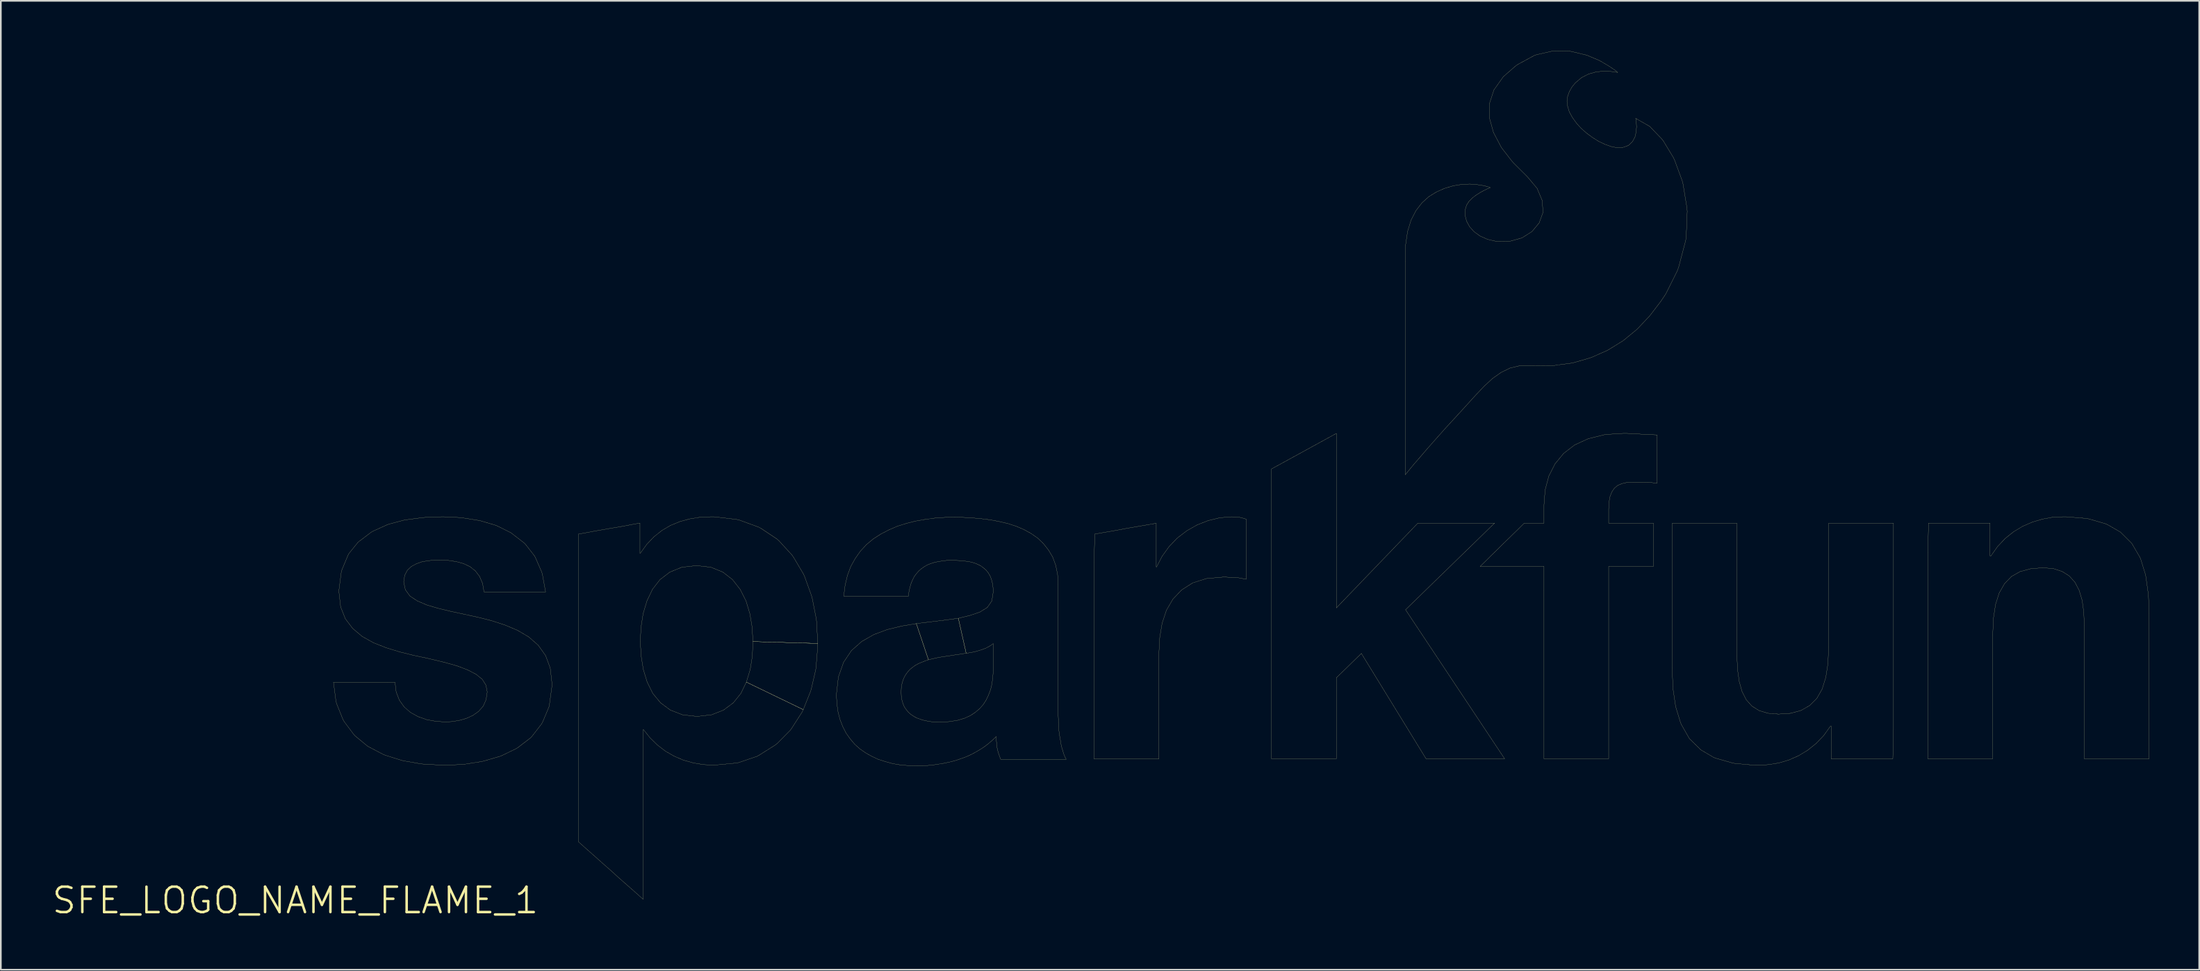
<source format=kicad_pcb>
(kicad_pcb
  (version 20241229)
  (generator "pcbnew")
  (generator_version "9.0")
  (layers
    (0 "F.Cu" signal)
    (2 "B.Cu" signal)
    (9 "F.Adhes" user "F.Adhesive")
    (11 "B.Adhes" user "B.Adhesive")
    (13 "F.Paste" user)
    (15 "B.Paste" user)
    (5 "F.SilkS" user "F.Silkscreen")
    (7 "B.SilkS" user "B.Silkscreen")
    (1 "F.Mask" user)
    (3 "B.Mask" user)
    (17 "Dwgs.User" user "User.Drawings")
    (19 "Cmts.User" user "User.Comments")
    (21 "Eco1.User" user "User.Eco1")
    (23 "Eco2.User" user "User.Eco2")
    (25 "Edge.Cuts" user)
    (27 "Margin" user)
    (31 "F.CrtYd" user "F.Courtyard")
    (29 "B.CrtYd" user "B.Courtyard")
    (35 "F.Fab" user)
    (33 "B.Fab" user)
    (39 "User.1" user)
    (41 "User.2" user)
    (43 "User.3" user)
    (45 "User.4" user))
  (footprint "SFE_LOGO_NAME_FLAME_1"
    (layer "F.Cu")
    (at 14.659 50.971)
    (property "Reference" "SFE_LOGO_NAME_FLAME_1" (at 0 0 0) (layer "F.SilkS") (effects (font (size 1.524 1.524) (thickness 0.15))))
    (attr exclude_from_pos_files exclude_from_bom)
    (fp_line (start 2.289 -13.089) (end 5.519 -13.089) (stroke (width 0.008) (type solid)) (layer "F.SilkS"))
    (fp_line (start 2.438 -11.948) (end 2.289 -13.089) (stroke (width 0.008) (type solid)) (layer "F.SilkS"))
    (fp_line (start 2.479 -11.798) (end 2.438 -11.948) (stroke (width 0.008) (type solid)) (layer "F.SilkS"))
    (fp_line (start 2.619 -18.639) (end 2.758 -19.708) (stroke (width 0.008) (type solid)) (layer "F.SilkS"))
    (fp_line (start 2.619 -18.479) (end 2.619 -18.639) (stroke (width 0.008) (type solid)) (layer "F.SilkS"))
    (fp_line (start 2.718 -17.61) (end 2.619 -18.479) (stroke (width 0.008) (type solid)) (layer "F.SilkS"))
    (fp_line (start 2.758 -19.708) (end 2.799 -19.848) (stroke (width 0.008) (type solid)) (layer "F.SilkS"))
    (fp_line (start 2.799 -19.848) (end 3.16 -20.709) (stroke (width 0.008) (type solid)) (layer "F.SilkS"))
    (fp_line (start 2.857 -10.858) (end 2.479 -11.798) (stroke (width 0.008) (type solid)) (layer "F.SilkS"))
    (fp_line (start 2.929 -10.729) (end 2.857 -10.858) (stroke (width 0.008) (type solid)) (layer "F.SilkS"))
    (fp_line (start 3 -16.899) (end 2.718 -17.61) (stroke (width 0.008) (type solid)) (layer "F.SilkS"))
    (fp_line (start 3.16 -20.709) (end 3.218 -20.818) (stroke (width 0.008) (type solid)) (layer "F.SilkS"))
    (fp_line (start 3.218 -20.818) (end 3.769 -21.499) (stroke (width 0.008) (type solid)) (layer "F.SilkS"))
    (fp_line (start 3.439 -16.32) (end 3 -16.899) (stroke (width 0.008) (type solid)) (layer "F.SilkS"))
    (fp_line (start 3.498 -9.97) (end 2.929 -10.729) (stroke (width 0.008) (type solid)) (layer "F.SilkS"))
    (fp_line (start 3.589 -9.868) (end 3.498 -9.97) (stroke (width 0.008) (type solid)) (layer "F.SilkS"))
    (fp_line (start 3.769 -21.499) (end 4.559 -22.098) (stroke (width 0.008) (type solid)) (layer "F.SilkS"))
    (fp_line (start 4.008 -15.839) (end 3.439 -16.32) (stroke (width 0.008) (type solid)) (layer "F.SilkS"))
    (fp_line (start 4.318 -9.268) (end 3.589 -9.868) (stroke (width 0.008) (type solid)) (layer "F.SilkS"))
    (fp_line (start 4.43 -9.2) (end 4.318 -9.268) (stroke (width 0.008) (type solid)) (layer "F.SilkS"))
    (fp_line (start 4.559 -22.098) (end 4.669 -22.159) (stroke (width 0.008) (type solid)) (layer "F.SilkS"))
    (fp_line (start 4.669 -22.159) (end 5.489 -22.53) (stroke (width 0.008) (type solid)) (layer "F.SilkS"))
    (fp_line (start 4.689 -15.458) (end 4.008 -15.839) (stroke (width 0.008) (type solid)) (layer "F.SilkS"))
    (fp_line (start 5.298 -8.748) (end 4.43 -9.2) (stroke (width 0.008) (type solid)) (layer "F.SilkS"))
    (fp_line (start 5.428 -8.7) (end 5.298 -8.748) (stroke (width 0.008) (type solid)) (layer "F.SilkS"))
    (fp_line (start 5.448 -15.159) (end 4.689 -15.458) (stroke (width 0.008) (type solid)) (layer "F.SilkS"))
    (fp_line (start 5.489 -22.53) (end 5.618 -22.578) (stroke (width 0.008) (type solid)) (layer "F.SilkS"))
    (fp_line (start 5.519 -13.089) (end 5.979 -13.089) (stroke (width 0.008) (type solid)) (layer "F.SilkS"))
    (fp_line (start 5.618 -22.578) (end 6.528 -22.819) (stroke (width 0.008) (type solid)) (layer "F.SilkS"))
    (fp_line (start 5.979 -13.089) (end 6.048 -12.509) (stroke (width 0.008) (type solid)) (layer "F.SilkS"))
    (fp_line (start 6.048 -12.509) (end 6.238 -12.019) (stroke (width 0.008) (type solid)) (layer "F.SilkS"))
    (fp_line (start 6.238 -12.019) (end 6.528 -11.608) (stroke (width 0.008) (type solid)) (layer "F.SilkS"))
    (fp_line (start 6.259 -14.91) (end 5.448 -15.159) (stroke (width 0.008) (type solid)) (layer "F.SilkS"))
    (fp_line (start 6.388 -8.4) (end 5.428 -8.7) (stroke (width 0.008) (type solid)) (layer "F.SilkS"))
    (fp_line (start 6.5 -19.108) (end 6.599 -18.639) (stroke (width 0.008) (type solid)) (layer "F.SilkS"))
    (fp_line (start 6.528 -22.819) (end 6.668 -22.84) (stroke (width 0.008) (type solid)) (layer "F.SilkS"))
    (fp_line (start 6.528 -11.608) (end 6.909 -11.278) (stroke (width 0.008) (type solid)) (layer "F.SilkS"))
    (fp_line (start 6.528 -8.369) (end 6.388 -8.4) (stroke (width 0.008) (type solid)) (layer "F.SilkS"))
    (fp_line (start 6.558 -19.5) (end 6.5 -19.108) (stroke (width 0.008) (type solid)) (layer "F.SilkS"))
    (fp_line (start 6.599 -18.639) (end 6.878 -18.258) (stroke (width 0.008) (type solid)) (layer "F.SilkS"))
    (fp_line (start 6.668 -22.84) (end 7.638 -22.969) (stroke (width 0.008) (type solid)) (layer "F.SilkS"))
    (fp_line (start 6.718 -19.809) (end 6.558 -19.5) (stroke (width 0.008) (type solid)) (layer "F.SilkS"))
    (fp_line (start 6.878 -18.258) (end 7.318 -17.968) (stroke (width 0.008) (type solid)) (layer "F.SilkS"))
    (fp_line (start 6.909 -11.278) (end 7.358 -11.029) (stroke (width 0.008) (type solid)) (layer "F.SilkS"))
    (fp_line (start 6.96 -20.038) (end 6.718 -19.809) (stroke (width 0.008) (type solid)) (layer "F.SilkS"))
    (fp_line (start 7.109 -14.699) (end 6.259 -14.91) (stroke (width 0.008) (type solid)) (layer "F.SilkS"))
    (fp_line (start 7.259 -20.198) (end 6.96 -20.038) (stroke (width 0.008) (type solid)) (layer "F.SilkS"))
    (fp_line (start 7.318 -17.968) (end 7.879 -17.729) (stroke (width 0.008) (type solid)) (layer "F.SilkS"))
    (fp_line (start 7.358 -11.029) (end 7.869 -10.848) (stroke (width 0.008) (type solid)) (layer "F.SilkS"))
    (fp_line (start 7.559 -8.189) (end 6.528 -8.369) (stroke (width 0.008) (type solid)) (layer "F.SilkS"))
    (fp_line (start 7.6 -20.32) (end 7.259 -20.198) (stroke (width 0.008) (type solid)) (layer "F.SilkS"))
    (fp_line (start 7.638 -22.969) (end 7.777 -22.979) (stroke (width 0.008) (type solid)) (layer "F.SilkS"))
    (fp_line (start 7.709 -8.179) (end 7.559 -8.189) (stroke (width 0.008) (type solid)) (layer "F.SilkS"))
    (fp_line (start 7.777 -22.979) (end 8.768 -23.017) (stroke (width 0.008) (type solid)) (layer "F.SilkS"))
    (fp_line (start 7.869 -10.848) (end 8.41 -10.749) (stroke (width 0.008) (type solid)) (layer "F.SilkS"))
    (fp_line (start 7.879 -17.729) (end 8.55 -17.529) (stroke (width 0.008) (type solid)) (layer "F.SilkS"))
    (fp_line (start 7.958 -20.378) (end 7.6 -20.32) (stroke (width 0.008) (type solid)) (layer "F.SilkS"))
    (fp_line (start 7.968 -14.519) (end 7.109 -14.699) (stroke (width 0.008) (type solid)) (layer "F.SilkS"))
    (fp_line (start 8.09 -14.488) (end 7.968 -14.519) (stroke (width 0.008) (type solid)) (layer "F.SilkS"))
    (fp_line (start 8.319 -20.419) (end 7.958 -20.378) (stroke (width 0.008) (type solid)) (layer "F.SilkS"))
    (fp_line (start 8.41 -10.749) (end 8.969 -10.709) (stroke (width 0.008) (type solid)) (layer "F.SilkS"))
    (fp_line (start 8.55 -17.529) (end 9.299 -17.348) (stroke (width 0.008) (type solid)) (layer "F.SilkS"))
    (fp_line (start 8.659 -20.419) (end 8.319 -20.419) (stroke (width 0.008) (type solid)) (layer "F.SilkS"))
    (fp_line (start 8.768 -23.017) (end 8.918 -23.017) (stroke (width 0.008) (type solid)) (layer "F.SilkS"))
    (fp_line (start 8.778 -8.118) (end 7.709 -8.179) (stroke (width 0.008) (type solid)) (layer "F.SilkS"))
    (fp_line (start 8.918 -23.017) (end 9.909 -22.969) (stroke (width 0.008) (type solid)) (layer "F.SilkS"))
    (fp_line (start 8.938 -8.108) (end 8.778 -8.118) (stroke (width 0.008) (type solid)) (layer "F.SilkS"))
    (fp_line (start 8.959 -14.28) (end 8.09 -14.488) (stroke (width 0.008) (type solid)) (layer "F.SilkS"))
    (fp_line (start 8.969 -10.709) (end 9.388 -10.729) (stroke (width 0.008) (type solid)) (layer "F.SilkS"))
    (fp_line (start 9.169 -20.399) (end 8.659 -20.419) (stroke (width 0.008) (type solid)) (layer "F.SilkS"))
    (fp_line (start 9.299 -17.348) (end 10.089 -17.178) (stroke (width 0.008) (type solid)) (layer "F.SilkS"))
    (fp_line (start 9.388 -10.729) (end 9.82 -10.798) (stroke (width 0.008) (type solid)) (layer "F.SilkS"))
    (fp_line (start 9.649 -20.328) (end 9.169 -20.399) (stroke (width 0.008) (type solid)) (layer "F.SilkS"))
    (fp_line (start 9.708 -14.069) (end 8.959 -14.28) (stroke (width 0.008) (type solid)) (layer "F.SilkS"))
    (fp_line (start 9.82 -10.798) (end 10.249 -10.919) (stroke (width 0.008) (type solid)) (layer "F.SilkS"))
    (fp_line (start 9.909 -22.969) (end 10.048 -22.949) (stroke (width 0.008) (type solid)) (layer "F.SilkS"))
    (fp_line (start 9.98 -8.158) (end 8.938 -8.108) (stroke (width 0.008) (type solid)) (layer "F.SilkS"))
    (fp_line (start 10.048 -22.949) (end 10.998 -22.799) (stroke (width 0.008) (type solid)) (layer "F.SilkS"))
    (fp_line (start 10.089 -20.208) (end 9.649 -20.328) (stroke (width 0.008) (type solid)) (layer "F.SilkS"))
    (fp_line (start 10.089 -17.178) (end 10.909 -16.998) (stroke (width 0.008) (type solid)) (layer "F.SilkS"))
    (fp_line (start 10.13 -8.169) (end 9.98 -8.158) (stroke (width 0.008) (type solid)) (layer "F.SilkS"))
    (fp_line (start 10.249 -10.919) (end 10.648 -11.1) (stroke (width 0.008) (type solid)) (layer "F.SilkS"))
    (fp_line (start 10.338 -13.828) (end 9.708 -14.069) (stroke (width 0.008) (type solid)) (layer "F.SilkS"))
    (fp_line (start 10.47 -20.028) (end 10.089 -20.208) (stroke (width 0.008) (type solid)) (layer "F.SilkS"))
    (fp_line (start 10.648 -11.1) (end 10.988 -11.339) (stroke (width 0.008) (type solid)) (layer "F.SilkS"))
    (fp_line (start 10.798 -19.769) (end 10.47 -20.028) (stroke (width 0.008) (type solid)) (layer "F.SilkS"))
    (fp_line (start 10.838 -13.569) (end 10.338 -13.828) (stroke (width 0.008) (type solid)) (layer "F.SilkS"))
    (fp_line (start 10.909 -16.998) (end 11.748 -16.789) (stroke (width 0.008) (type solid)) (layer "F.SilkS"))
    (fp_line (start 10.988 -11.339) (end 11.27 -11.659) (stroke (width 0.008) (type solid)) (layer "F.SilkS"))
    (fp_line (start 10.998 -22.799) (end 11.128 -22.769) (stroke (width 0.008) (type solid)) (layer "F.SilkS"))
    (fp_line (start 11.049 -19.439) (end 10.798 -19.769) (stroke (width 0.008) (type solid)) (layer "F.SilkS"))
    (fp_line (start 11.128 -22.769) (end 12.009 -22.509) (stroke (width 0.008) (type solid)) (layer "F.SilkS"))
    (fp_line (start 11.148 -8.329) (end 10.13 -8.169) (stroke (width 0.008) (type solid)) (layer "F.SilkS"))
    (fp_line (start 11.209 -13.269) (end 10.838 -13.569) (stroke (width 0.008) (type solid)) (layer "F.SilkS"))
    (fp_line (start 11.229 -19.02) (end 11.049 -19.439) (stroke (width 0.008) (type solid)) (layer "F.SilkS"))
    (fp_line (start 11.27 -11.659) (end 11.438 -12.04) (stroke (width 0.008) (type solid)) (layer "F.SilkS"))
    (fp_line (start 11.288 -8.359) (end 11.148 -8.329) (stroke (width 0.008) (type solid)) (layer "F.SilkS"))
    (fp_line (start 11.318 -18.509) (end 11.229 -19.02) (stroke (width 0.008) (type solid)) (layer "F.SilkS"))
    (fp_line (start 11.43 -12.918) (end 11.209 -13.269) (stroke (width 0.008) (type solid)) (layer "F.SilkS"))
    (fp_line (start 11.438 -12.04) (end 11.509 -12.509) (stroke (width 0.008) (type solid)) (layer "F.SilkS"))
    (fp_line (start 11.509 -12.509) (end 11.43 -12.918) (stroke (width 0.008) (type solid)) (layer "F.SilkS"))
    (fp_line (start 11.748 -16.789) (end 12.558 -16.528) (stroke (width 0.008) (type solid)) (layer "F.SilkS"))
    (fp_line (start 12.009 -22.509) (end 12.129 -22.459) (stroke (width 0.008) (type solid)) (layer "F.SilkS"))
    (fp_line (start 12.129 -22.459) (end 12.929 -22.06) (stroke (width 0.008) (type solid)) (layer "F.SilkS"))
    (fp_line (start 12.248 -8.639) (end 11.288 -8.359) (stroke (width 0.008) (type solid)) (layer "F.SilkS"))
    (fp_line (start 12.38 -8.689) (end 12.248 -8.639) (stroke (width 0.008) (type solid)) (layer "F.SilkS"))
    (fp_line (start 12.558 -16.528) (end 13.32 -16.208) (stroke (width 0.008) (type solid)) (layer "F.SilkS"))
    (fp_line (start 12.929 -22.06) (end 13.708 -21.458) (stroke (width 0.008) (type solid)) (layer "F.SilkS"))
    (fp_line (start 13.249 -9.108) (end 12.38 -8.689) (stroke (width 0.008) (type solid)) (layer "F.SilkS"))
    (fp_line (start 13.32 -16.208) (end 13.998 -15.809) (stroke (width 0.008) (type solid)) (layer "F.SilkS"))
    (fp_line (start 13.358 -9.18) (end 13.249 -9.108) (stroke (width 0.008) (type solid)) (layer "F.SilkS"))
    (fp_line (start 13.708 -21.458) (end 13.8 -21.369) (stroke (width 0.008) (type solid)) (layer "F.SilkS"))
    (fp_line (start 13.8 -21.369) (end 14.338 -20.678) (stroke (width 0.008) (type solid)) (layer "F.SilkS"))
    (fp_line (start 13.998 -15.809) (end 14.569 -15.309) (stroke (width 0.008) (type solid)) (layer "F.SilkS"))
    (fp_line (start 14.1 -9.749) (end 13.358 -9.18) (stroke (width 0.008) (type solid)) (layer "F.SilkS"))
    (fp_line (start 14.188 -9.84) (end 14.1 -9.749) (stroke (width 0.008) (type solid)) (layer "F.SilkS"))
    (fp_line (start 14.338 -20.678) (end 14.399 -20.569) (stroke (width 0.008) (type solid)) (layer "F.SilkS"))
    (fp_line (start 14.399 -20.569) (end 14.778 -19.698) (stroke (width 0.008) (type solid)) (layer "F.SilkS"))
    (fp_line (start 14.569 -15.309) (end 15.009 -14.689) (stroke (width 0.008) (type solid)) (layer "F.SilkS"))
    (fp_line (start 14.76 -10.579) (end 14.188 -9.84) (stroke (width 0.008) (type solid)) (layer "F.SilkS"))
    (fp_line (start 14.778 -19.698) (end 14.818 -19.558) (stroke (width 0.008) (type solid)) (layer "F.SilkS"))
    (fp_line (start 14.818 -19.558) (end 15.009 -18.509) (stroke (width 0.008) (type solid)) (layer "F.SilkS"))
    (fp_line (start 14.829 -10.698) (end 14.76 -10.579) (stroke (width 0.008) (type solid)) (layer "F.SilkS"))
    (fp_line (start 15.009 -18.509) (end 11.318 -18.509) (stroke (width 0.008) (type solid)) (layer "F.SilkS"))
    (fp_line (start 15.009 -14.689) (end 15.288 -13.94) (stroke (width 0.008) (type solid)) (layer "F.SilkS"))
    (fp_line (start 15.21 -11.608) (end 14.829 -10.698) (stroke (width 0.008) (type solid)) (layer "F.SilkS"))
    (fp_line (start 15.24 -11.758) (end 15.21 -11.608) (stroke (width 0.008) (type solid)) (layer "F.SilkS"))
    (fp_line (start 15.288 -13.94) (end 15.39 -13.038) (stroke (width 0.008) (type solid)) (layer "F.SilkS"))
    (fp_line (start 15.39 -13.038) (end 15.39 -12.857) (stroke (width 0.008) (type solid)) (layer "F.SilkS"))
    (fp_line (start 15.39 -12.857) (end 15.24 -11.758) (stroke (width 0.008) (type solid)) (layer "F.SilkS"))
    (fp_line (start 16.98 -21.979) (end 17.44 -22.06) (stroke (width 0.008) (type solid)) (layer "F.SilkS"))
    (fp_line (start 16.98 -3.518) (end 16.98 -21.979) (stroke (width 0.008) (type solid)) (layer "F.SilkS"))
    (fp_line (start 17.44 -22.06) (end 17.899 -22.149) (stroke (width 0.008) (type solid)) (layer "F.SilkS"))
    (fp_line (start 17.46 -3.089) (end 16.98 -3.518) (stroke (width 0.008) (type solid)) (layer "F.SilkS"))
    (fp_line (start 17.899 -22.149) (end 18.359 -22.228) (stroke (width 0.008) (type solid)) (layer "F.SilkS"))
    (fp_line (start 17.948 -2.659) (end 17.46 -3.089) (stroke (width 0.008) (type solid)) (layer "F.SilkS"))
    (fp_line (start 18.359 -22.228) (end 18.819 -22.309) (stroke (width 0.008) (type solid)) (layer "F.SilkS"))
    (fp_line (start 18.428 -2.228) (end 17.948 -2.659) (stroke (width 0.008) (type solid)) (layer "F.SilkS"))
    (fp_line (start 18.819 -22.309) (end 19.289 -22.388) (stroke (width 0.008) (type solid)) (layer "F.SilkS"))
    (fp_line (start 18.918 -1.798) (end 18.428 -2.228) (stroke (width 0.008) (type solid)) (layer "F.SilkS"))
    (fp_line (start 19.289 -22.388) (end 19.748 -22.469) (stroke (width 0.008) (type solid)) (layer "F.SilkS"))
    (fp_line (start 19.398 -1.359) (end 18.918 -1.798) (stroke (width 0.008) (type solid)) (layer "F.SilkS"))
    (fp_line (start 19.748 -22.469) (end 20.208 -22.558) (stroke (width 0.008) (type solid)) (layer "F.SilkS"))
    (fp_line (start 19.888 -0.93) (end 19.398 -1.359) (stroke (width 0.008) (type solid)) (layer "F.SilkS"))
    (fp_line (start 20.208 -22.558) (end 20.668 -22.639) (stroke (width 0.008) (type solid)) (layer "F.SilkS"))
    (fp_line (start 20.378 -0.498) (end 19.888 -0.93) (stroke (width 0.008) (type solid)) (layer "F.SilkS"))
    (fp_line (start 20.668 -22.639) (end 20.668 -20.828) (stroke (width 0.008) (type solid)) (layer "F.SilkS"))
    (fp_line (start 20.668 -20.828) (end 20.688 -20.828) (stroke (width 0.008) (type solid)) (layer "F.SilkS"))
    (fp_line (start 20.688 -20.828) (end 21.079 -21.369) (stroke (width 0.008) (type solid)) (layer "F.SilkS"))
    (fp_line (start 20.688 -15.53) (end 20.739 -14.668) (stroke (width 0.008) (type solid)) (layer "F.SilkS"))
    (fp_line (start 20.729 -16.378) (end 20.688 -15.53) (stroke (width 0.008) (type solid)) (layer "F.SilkS"))
    (fp_line (start 20.739 -14.668) (end 20.869 -13.858) (stroke (width 0.008) (type solid)) (layer "F.SilkS"))
    (fp_line (start 20.858 -17.209) (end 20.729 -16.378) (stroke (width 0.008) (type solid)) (layer "F.SilkS"))
    (fp_line (start 20.858 -10.249) (end 20.858 -0.069) (stroke (width 0.008) (type solid)) (layer "F.SilkS"))
    (fp_line (start 20.858 -0.069) (end 20.378 -0.498) (stroke (width 0.008) (type solid)) (layer "F.SilkS"))
    (fp_line (start 20.869 -13.858) (end 21.1 -13.099) (stroke (width 0.008) (type solid)) (layer "F.SilkS"))
    (fp_line (start 20.879 -10.249) (end 20.858 -10.249) (stroke (width 0.008) (type solid)) (layer "F.SilkS"))
    (fp_line (start 21.079 -21.369) (end 21.509 -21.819) (stroke (width 0.008) (type solid)) (layer "F.SilkS"))
    (fp_line (start 21.09 -17.978) (end 20.858 -17.209) (stroke (width 0.008) (type solid)) (layer "F.SilkS"))
    (fp_line (start 21.1 -13.099) (end 21.438 -12.418) (stroke (width 0.008) (type solid)) (layer "F.SilkS"))
    (fp_line (start 21.27 -9.759) (end 20.879 -10.249) (stroke (width 0.008) (type solid)) (layer "F.SilkS"))
    (fp_line (start 21.42 -18.669) (end 21.09 -17.978) (stroke (width 0.008) (type solid)) (layer "F.SilkS"))
    (fp_line (start 21.438 -12.418) (end 21.9 -11.859) (stroke (width 0.008) (type solid)) (layer "F.SilkS"))
    (fp_line (start 21.509 -21.819) (end 21.989 -22.2) (stroke (width 0.008) (type solid)) (layer "F.SilkS"))
    (fp_line (start 21.709 -9.329) (end 21.27 -9.759) (stroke (width 0.008) (type solid)) (layer "F.SilkS"))
    (fp_line (start 21.869 -19.248) (end 21.42 -18.669) (stroke (width 0.008) (type solid)) (layer "F.SilkS"))
    (fp_line (start 21.9 -11.859) (end 22.489 -11.42) (stroke (width 0.008) (type solid)) (layer "F.SilkS"))
    (fp_line (start 21.989 -22.2) (end 22.499 -22.499) (stroke (width 0.008) (type solid)) (layer "F.SilkS"))
    (fp_line (start 22.189 -8.959) (end 21.709 -9.329) (stroke (width 0.008) (type solid)) (layer "F.SilkS"))
    (fp_line (start 22.459 -19.698) (end 21.869 -19.248) (stroke (width 0.008) (type solid)) (layer "F.SilkS"))
    (fp_line (start 22.489 -11.42) (end 23.218 -11.138) (stroke (width 0.008) (type solid)) (layer "F.SilkS"))
    (fp_line (start 22.499 -22.499) (end 23.058 -22.728) (stroke (width 0.008) (type solid)) (layer "F.SilkS"))
    (fp_line (start 22.708 -8.659) (end 22.189 -8.959) (stroke (width 0.008) (type solid)) (layer "F.SilkS"))
    (fp_line (start 23.058 -22.728) (end 23.64 -22.888) (stroke (width 0.008) (type solid)) (layer "F.SilkS"))
    (fp_line (start 23.177 -19.99) (end 22.459 -19.698) (stroke (width 0.008) (type solid)) (layer "F.SilkS"))
    (fp_line (start 23.218 -11.138) (end 24.089 -11.039) (stroke (width 0.008) (type solid)) (layer "F.SilkS"))
    (fp_line (start 23.269 -8.418) (end 22.708 -8.659) (stroke (width 0.008) (type solid)) (layer "F.SilkS"))
    (fp_line (start 23.64 -22.888) (end 24.26 -22.99) (stroke (width 0.008) (type solid)) (layer "F.SilkS"))
    (fp_line (start 23.868 -8.25) (end 23.269 -8.418) (stroke (width 0.008) (type solid)) (layer "F.SilkS"))
    (fp_line (start 24.059 -20.089) (end 23.177 -19.99) (stroke (width 0.008) (type solid)) (layer "F.SilkS"))
    (fp_line (start 24.089 -11.039) (end 24.958 -11.138) (stroke (width 0.008) (type solid)) (layer "F.SilkS"))
    (fp_line (start 24.26 -22.99) (end 24.91 -23.017) (stroke (width 0.008) (type solid)) (layer "F.SilkS"))
    (fp_line (start 24.478 -8.148) (end 23.868 -8.25) (stroke (width 0.008) (type solid)) (layer "F.SilkS"))
    (fp_line (start 24.91 -23.017) (end 25.108 -23.017) (stroke (width 0.008) (type solid)) (layer "F.SilkS"))
    (fp_line (start 24.92 -19.99) (end 24.059 -20.089) (stroke (width 0.008) (type solid)) (layer "F.SilkS"))
    (fp_line (start 24.958 -11.138) (end 25.679 -11.42) (stroke (width 0.008) (type solid)) (layer "F.SilkS"))
    (fp_line (start 25.108 -23.017) (end 26.449 -22.86) (stroke (width 0.008) (type solid)) (layer "F.SilkS"))
    (fp_line (start 25.118 -8.118) (end 24.478 -8.148) (stroke (width 0.008) (type solid)) (layer "F.SilkS"))
    (fp_line (start 25.639 -19.698) (end 24.92 -19.99) (stroke (width 0.008) (type solid)) (layer "F.SilkS"))
    (fp_line (start 25.679 -11.42) (end 26.269 -11.859) (stroke (width 0.008) (type solid)) (layer "F.SilkS"))
    (fp_line (start 26.218 -19.248) (end 25.639 -19.698) (stroke (width 0.008) (type solid)) (layer "F.SilkS"))
    (fp_line (start 26.269 -11.859) (end 26.718 -12.418) (stroke (width 0.008) (type solid)) (layer "F.SilkS"))
    (fp_line (start 26.408 -8.24) (end 25.118 -8.118) (stroke (width 0.008) (type solid)) (layer "F.SilkS"))
    (fp_line (start 26.449 -22.86) (end 26.629 -22.819) (stroke (width 0.008) (type solid)) (layer "F.SilkS"))
    (fp_line (start 26.579 -8.268) (end 26.408 -8.24) (stroke (width 0.008) (type solid)) (layer "F.SilkS"))
    (fp_line (start 26.629 -22.819) (end 27.78 -22.398) (stroke (width 0.008) (type solid)) (layer "F.SilkS"))
    (fp_line (start 26.678 -18.659) (end 26.218 -19.248) (stroke (width 0.008) (type solid)) (layer "F.SilkS"))
    (fp_line (start 26.718 -12.418) (end 27.048 -13.099) (stroke (width 0.008) (type solid)) (layer "F.SilkS"))
    (fp_line (start 27.028 -17.968) (end 26.678 -18.659) (stroke (width 0.008) (type solid)) (layer "F.SilkS"))
    (fp_line (start 27.048 -13.099) (end 27.28 -13.858) (stroke (width 0.008) (type solid)) (layer "F.SilkS"))
    (fp_line (start 27.048 -13.099) (end 30.46 -11.448) (stroke (width 0.008) (type solid)) (layer "F.SilkS"))
    (fp_line (start 27.259 -17.198) (end 27.028 -17.968) (stroke (width 0.008) (type solid)) (layer "F.SilkS"))
    (fp_line (start 27.28 -13.858) (end 27.409 -14.668) (stroke (width 0.008) (type solid)) (layer "F.SilkS"))
    (fp_line (start 27.399 -16.368) (end 27.259 -17.198) (stroke (width 0.008) (type solid)) (layer "F.SilkS"))
    (fp_line (start 27.409 -14.668) (end 27.44 -15.53) (stroke (width 0.008) (type solid)) (layer "F.SilkS"))
    (fp_line (start 27.44 -15.53) (end 27.399 -16.368) (stroke (width 0.008) (type solid)) (layer "F.SilkS"))
    (fp_line (start 27.44 -15.53) (end 31.328 -15.418) (stroke (width 0.008) (type solid)) (layer "F.SilkS"))
    (fp_line (start 27.699 -8.649) (end 26.579 -8.268) (stroke (width 0.008) (type solid)) (layer "F.SilkS"))
    (fp_line (start 27.78 -22.398) (end 27.93 -22.319) (stroke (width 0.008) (type solid)) (layer "F.SilkS"))
    (fp_line (start 27.838 -8.73) (end 27.699 -8.649) (stroke (width 0.008) (type solid)) (layer "F.SilkS"))
    (fp_line (start 27.93 -22.319) (end 28.89 -21.679) (stroke (width 0.008) (type solid)) (layer "F.SilkS"))
    (fp_line (start 28.788 -9.329) (end 27.838 -8.73) (stroke (width 0.008) (type solid)) (layer "F.SilkS"))
    (fp_line (start 28.89 -21.679) (end 29.009 -21.57) (stroke (width 0.008) (type solid)) (layer "F.SilkS"))
    (fp_line (start 28.908 -9.428) (end 28.788 -9.329) (stroke (width 0.008) (type solid)) (layer "F.SilkS"))
    (fp_line (start 29.009 -21.57) (end 29.779 -20.729) (stroke (width 0.008) (type solid)) (layer "F.SilkS"))
    (fp_line (start 29.688 -10.218) (end 28.908 -9.428) (stroke (width 0.008) (type solid)) (layer "F.SilkS"))
    (fp_line (start 29.779 -20.729) (end 29.878 -20.589) (stroke (width 0.008) (type solid)) (layer "F.SilkS"))
    (fp_line (start 29.779 -10.348) (end 29.688 -10.218) (stroke (width 0.008) (type solid)) (layer "F.SilkS"))
    (fp_line (start 29.878 -20.589) (end 30.47 -19.588) (stroke (width 0.008) (type solid)) (layer "F.SilkS"))
    (fp_line (start 30.389 -11.298) (end 29.779 -10.348) (stroke (width 0.008) (type solid)) (layer "F.SilkS"))
    (fp_line (start 30.46 -11.448) (end 27.048 -13.099) (stroke (width 0.008) (type solid)) (layer "F.SilkS"))
    (fp_line (start 30.46 -11.448) (end 30.389 -11.298) (stroke (width 0.008) (type solid)) (layer "F.SilkS"))
    (fp_line (start 30.47 -19.588) (end 30.538 -19.439) (stroke (width 0.008) (type solid)) (layer "F.SilkS"))
    (fp_line (start 30.538 -19.439) (end 30.95 -18.298) (stroke (width 0.008) (type solid)) (layer "F.SilkS"))
    (fp_line (start 30.889 -12.52) (end 30.46 -11.448) (stroke (width 0.008) (type solid)) (layer "F.SilkS"))
    (fp_line (start 30.94 -12.68) (end 30.889 -12.52) (stroke (width 0.008) (type solid)) (layer "F.SilkS"))
    (fp_line (start 30.95 -18.298) (end 30.998 -18.128) (stroke (width 0.008) (type solid)) (layer "F.SilkS"))
    (fp_line (start 30.998 -18.128) (end 31.239 -16.899) (stroke (width 0.008) (type solid)) (layer "F.SilkS"))
    (fp_line (start 31.209 -13.848) (end 30.94 -12.68) (stroke (width 0.008) (type solid)) (layer "F.SilkS"))
    (fp_line (start 31.229 -14.018) (end 31.209 -13.848) (stroke (width 0.008) (type solid)) (layer "F.SilkS"))
    (fp_line (start 31.239 -16.899) (end 31.26 -16.718) (stroke (width 0.008) (type solid)) (layer "F.SilkS"))
    (fp_line (start 31.26 -16.718) (end 31.328 -15.418) (stroke (width 0.008) (type solid)) (layer "F.SilkS"))
    (fp_line (start 31.328 -15.418) (end 27.44 -15.53) (stroke (width 0.008) (type solid)) (layer "F.SilkS"))
    (fp_line (start 31.328 -15.418) (end 31.328 -15.24) (stroke (width 0.008) (type solid)) (layer "F.SilkS"))
    (fp_line (start 31.328 -15.24) (end 31.229 -14.018) (stroke (width 0.008) (type solid)) (layer "F.SilkS"))
    (fp_line (start 32.449 -12.309) (end 32.459 -12.459) (stroke (width 0.008) (type solid)) (layer "F.SilkS"))
    (fp_line (start 32.459 -12.459) (end 32.568 -13.409) (stroke (width 0.008) (type solid)) (layer "F.SilkS"))
    (fp_line (start 32.479 -11.788) (end 32.449 -12.309) (stroke (width 0.008) (type solid)) (layer "F.SilkS"))
    (fp_line (start 32.548 -11.298) (end 32.479 -11.788) (stroke (width 0.008) (type solid)) (layer "F.SilkS"))
    (fp_line (start 32.568 -13.409) (end 32.878 -14.287) (stroke (width 0.008) (type solid)) (layer "F.SilkS"))
    (fp_line (start 32.669 -10.838) (end 32.548 -11.298) (stroke (width 0.008) (type solid)) (layer "F.SilkS"))
    (fp_line (start 32.83 -10.429) (end 32.669 -10.838) (stroke (width 0.008) (type solid)) (layer "F.SilkS"))
    (fp_line (start 32.878 -14.287) (end 33.348 -14.989) (stroke (width 0.008) (type solid)) (layer "F.SilkS"))
    (fp_line (start 32.888 -18.258) (end 32.969 -18.908) (stroke (width 0.008) (type solid)) (layer "F.SilkS"))
    (fp_line (start 32.969 -18.908) (end 33.109 -19.5) (stroke (width 0.008) (type solid)) (layer "F.SilkS"))
    (fp_line (start 33.028 -10.038) (end 32.83 -10.429) (stroke (width 0.008) (type solid)) (layer "F.SilkS"))
    (fp_line (start 33.109 -19.5) (end 33.31 -20.038) (stroke (width 0.008) (type solid)) (layer "F.SilkS"))
    (fp_line (start 33.269 -9.698) (end 33.028 -10.038) (stroke (width 0.008) (type solid)) (layer "F.SilkS"))
    (fp_line (start 33.31 -20.038) (end 33.579 -20.518) (stroke (width 0.008) (type solid)) (layer "F.SilkS"))
    (fp_line (start 33.348 -14.989) (end 33.97 -15.54) (stroke (width 0.008) (type solid)) (layer "F.SilkS"))
    (fp_line (start 33.538 -9.378) (end 33.269 -9.698) (stroke (width 0.008) (type solid)) (layer "F.SilkS"))
    (fp_line (start 33.579 -20.518) (end 33.889 -20.958) (stroke (width 0.008) (type solid)) (layer "F.SilkS"))
    (fp_line (start 33.848 -9.098) (end 33.538 -9.378) (stroke (width 0.008) (type solid)) (layer "F.SilkS"))
    (fp_line (start 33.889 -20.958) (end 34.249 -21.349) (stroke (width 0.008) (type solid)) (layer "F.SilkS"))
    (fp_line (start 33.97 -15.54) (end 34.689 -15.949) (stroke (width 0.008) (type solid)) (layer "F.SilkS"))
    (fp_line (start 34.188 -8.86) (end 33.848 -9.098) (stroke (width 0.008) (type solid)) (layer "F.SilkS"))
    (fp_line (start 34.249 -21.349) (end 34.658 -21.689) (stroke (width 0.008) (type solid)) (layer "F.SilkS"))
    (fp_line (start 34.559 -8.649) (end 34.188 -8.86) (stroke (width 0.008) (type solid)) (layer "F.SilkS"))
    (fp_line (start 34.658 -21.689) (end 35.108 -21.979) (stroke (width 0.008) (type solid)) (layer "F.SilkS"))
    (fp_line (start 34.689 -15.949) (end 35.489 -16.248) (stroke (width 0.008) (type solid)) (layer "F.SilkS"))
    (fp_line (start 34.948 -8.468) (end 34.559 -8.649) (stroke (width 0.008) (type solid)) (layer "F.SilkS"))
    (fp_line (start 35.108 -21.979) (end 35.588 -22.228) (stroke (width 0.008) (type solid)) (layer "F.SilkS"))
    (fp_line (start 35.38 -8.329) (end 34.948 -8.468) (stroke (width 0.008) (type solid)) (layer "F.SilkS"))
    (fp_line (start 35.489 -16.248) (end 36.35 -16.459) (stroke (width 0.008) (type solid)) (layer "F.SilkS"))
    (fp_line (start 35.588 -22.228) (end 36.098 -22.449) (stroke (width 0.008) (type solid)) (layer "F.SilkS"))
    (fp_line (start 35.819 -8.209) (end 35.38 -8.329) (stroke (width 0.008) (type solid)) (layer "F.SilkS"))
    (fp_line (start 36.098 -22.449) (end 36.639 -22.619) (stroke (width 0.008) (type solid)) (layer "F.SilkS"))
    (fp_line (start 36.289 -8.128) (end 35.819 -8.209) (stroke (width 0.008) (type solid)) (layer "F.SilkS"))
    (fp_line (start 36.33 -12.509) (end 36.34 -12.248) (stroke (width 0.008) (type solid)) (layer "F.SilkS"))
    (fp_line (start 36.34 -12.758) (end 36.33 -12.509) (stroke (width 0.008) (type solid)) (layer "F.SilkS"))
    (fp_line (start 36.34 -12.248) (end 36.378 -12.019) (stroke (width 0.008) (type solid)) (layer "F.SilkS"))
    (fp_line (start 36.35 -16.459) (end 37.239 -16.609) (stroke (width 0.008) (type solid)) (layer "F.SilkS"))
    (fp_line (start 36.378 -12.99) (end 36.34 -12.758) (stroke (width 0.008) (type solid)) (layer "F.SilkS"))
    (fp_line (start 36.378 -12.019) (end 36.439 -11.808) (stroke (width 0.008) (type solid)) (layer "F.SilkS"))
    (fp_line (start 36.439 -13.208) (end 36.378 -12.99) (stroke (width 0.008) (type solid)) (layer "F.SilkS"))
    (fp_line (start 36.439 -11.808) (end 36.518 -11.618) (stroke (width 0.008) (type solid)) (layer "F.SilkS"))
    (fp_line (start 36.518 -13.399) (end 36.439 -13.208) (stroke (width 0.008) (type solid)) (layer "F.SilkS"))
    (fp_line (start 36.518 -11.618) (end 36.629 -11.458) (stroke (width 0.008) (type solid)) (layer "F.SilkS"))
    (fp_line (start 36.619 -13.569) (end 36.518 -13.399) (stroke (width 0.008) (type solid)) (layer "F.SilkS"))
    (fp_line (start 36.629 -11.458) (end 36.749 -11.308) (stroke (width 0.008) (type solid)) (layer "F.SilkS"))
    (fp_line (start 36.639 -22.619) (end 37.188 -22.758) (stroke (width 0.008) (type solid)) (layer "F.SilkS"))
    (fp_line (start 36.739 -13.729) (end 36.619 -13.569) (stroke (width 0.008) (type solid)) (layer "F.SilkS"))
    (fp_line (start 36.749 -11.308) (end 36.888 -11.179) (stroke (width 0.008) (type solid)) (layer "F.SilkS"))
    (fp_line (start 36.769 -18.258) (end 32.888 -18.258) (stroke (width 0.008) (type solid)) (layer "F.SilkS"))
    (fp_line (start 36.769 -8.09) (end 36.289 -8.128) (stroke (width 0.008) (type solid)) (layer "F.SilkS"))
    (fp_line (start 36.8 -18.539) (end 36.769 -18.258) (stroke (width 0.008) (type solid)) (layer "F.SilkS"))
    (fp_line (start 36.858 -18.788) (end 36.8 -18.539) (stroke (width 0.008) (type solid)) (layer "F.SilkS"))
    (fp_line (start 36.868 -13.868) (end 36.739 -13.729) (stroke (width 0.008) (type solid)) (layer "F.SilkS"))
    (fp_line (start 36.888 -11.179) (end 37.048 -11.069) (stroke (width 0.008) (type solid)) (layer "F.SilkS"))
    (fp_line (start 36.929 -19.03) (end 36.858 -18.788) (stroke (width 0.008) (type solid)) (layer "F.SilkS"))
    (fp_line (start 37.018 -19.238) (end 36.929 -19.03) (stroke (width 0.008) (type solid)) (layer "F.SilkS"))
    (fp_line (start 37.028 -13.998) (end 36.868 -13.868) (stroke (width 0.008) (type solid)) (layer "F.SilkS"))
    (fp_line (start 37.048 -11.069) (end 37.219 -10.968) (stroke (width 0.008) (type solid)) (layer "F.SilkS"))
    (fp_line (start 37.12 -19.439) (end 37.018 -19.238) (stroke (width 0.008) (type solid)) (layer "F.SilkS"))
    (fp_line (start 37.188 -22.758) (end 37.77 -22.86) (stroke (width 0.008) (type solid)) (layer "F.SilkS"))
    (fp_line (start 37.188 -14.11) (end 37.028 -13.998) (stroke (width 0.008) (type solid)) (layer "F.SilkS"))
    (fp_line (start 37.219 -10.968) (end 37.399 -10.899) (stroke (width 0.008) (type solid)) (layer "F.SilkS"))
    (fp_line (start 37.239 -16.609) (end 37.968 -14.44) (stroke (width 0.008) (type solid)) (layer "F.SilkS"))
    (fp_line (start 37.239 -16.609) (end 38.118 -16.718) (stroke (width 0.008) (type solid)) (layer "F.SilkS"))
    (fp_line (start 37.249 -19.609) (end 37.12 -19.439) (stroke (width 0.008) (type solid)) (layer "F.SilkS"))
    (fp_line (start 37.269 -8.08) (end 36.769 -8.09) (stroke (width 0.008) (type solid)) (layer "F.SilkS"))
    (fp_line (start 37.368 -14.209) (end 37.188 -14.11) (stroke (width 0.008) (type solid)) (layer "F.SilkS"))
    (fp_line (start 37.389 -19.769) (end 37.249 -19.609) (stroke (width 0.008) (type solid)) (layer "F.SilkS"))
    (fp_line (start 37.399 -10.899) (end 37.6 -10.828) (stroke (width 0.008) (type solid)) (layer "F.SilkS"))
    (fp_line (start 37.539 -19.898) (end 37.389 -19.769) (stroke (width 0.008) (type solid)) (layer "F.SilkS"))
    (fp_line (start 37.559 -14.287) (end 37.368 -14.209) (stroke (width 0.008) (type solid)) (layer "F.SilkS"))
    (fp_line (start 37.6 -10.828) (end 37.808 -10.78) (stroke (width 0.008) (type solid)) (layer "F.SilkS"))
    (fp_line (start 37.6 -8.08) (end 37.269 -8.08) (stroke (width 0.008) (type solid)) (layer "F.SilkS"))
    (fp_line (start 37.709 -20.018) (end 37.539 -19.898) (stroke (width 0.008) (type solid)) (layer "F.SilkS"))
    (fp_line (start 37.76 -14.369) (end 37.559 -14.287) (stroke (width 0.008) (type solid)) (layer "F.SilkS"))
    (fp_line (start 37.77 -22.86) (end 38.349 -22.939) (stroke (width 0.008) (type solid)) (layer "F.SilkS"))
    (fp_line (start 37.808 -10.78) (end 38.019 -10.739) (stroke (width 0.008) (type solid)) (layer "F.SilkS"))
    (fp_line (start 37.899 -20.13) (end 37.709 -20.018) (stroke (width 0.008) (type solid)) (layer "F.SilkS"))
    (fp_line (start 37.93 -8.098) (end 37.6 -8.08) (stroke (width 0.008) (type solid)) (layer "F.SilkS"))
    (fp_line (start 37.968 -14.44) (end 37.239 -16.609) (stroke (width 0.008) (type solid)) (layer "F.SilkS"))
    (fp_line (start 37.968 -14.44) (end 37.76 -14.369) (stroke (width 0.008) (type solid)) (layer "F.SilkS"))
    (fp_line (start 38.019 -10.739) (end 38.25 -10.709) (stroke (width 0.008) (type solid)) (layer "F.SilkS"))
    (fp_line (start 38.1 -20.208) (end 37.899 -20.13) (stroke (width 0.008) (type solid)) (layer "F.SilkS"))
    (fp_line (start 38.118 -16.718) (end 38.969 -16.82) (stroke (width 0.008) (type solid)) (layer "F.SilkS"))
    (fp_line (start 38.179 -14.488) (end 37.968 -14.44) (stroke (width 0.008) (type solid)) (layer "F.SilkS"))
    (fp_line (start 38.25 -10.709) (end 38.468 -10.709) (stroke (width 0.008) (type solid)) (layer "F.SilkS"))
    (fp_line (start 38.25 -8.128) (end 37.93 -8.098) (stroke (width 0.008) (type solid)) (layer "F.SilkS"))
    (fp_line (start 38.318 -20.279) (end 38.1 -20.208) (stroke (width 0.008) (type solid)) (layer "F.SilkS"))
    (fp_line (start 38.349 -22.939) (end 38.938 -22.979) (stroke (width 0.008) (type solid)) (layer "F.SilkS"))
    (fp_line (start 38.4 -14.539) (end 38.179 -14.488) (stroke (width 0.008) (type solid)) (layer "F.SilkS"))
    (fp_line (start 38.468 -10.709) (end 38.71 -10.698) (stroke (width 0.008) (type solid)) (layer "F.SilkS"))
    (fp_line (start 38.56 -20.328) (end 38.318 -20.279) (stroke (width 0.008) (type solid)) (layer "F.SilkS"))
    (fp_line (start 38.578 -8.179) (end 38.25 -8.128) (stroke (width 0.008) (type solid)) (layer "F.SilkS"))
    (fp_line (start 38.628 -14.59) (end 38.4 -14.539) (stroke (width 0.008) (type solid)) (layer "F.SilkS"))
    (fp_line (start 38.71 -10.698) (end 39.238 -10.729) (stroke (width 0.008) (type solid)) (layer "F.SilkS"))
    (fp_line (start 38.798 -20.368) (end 38.56 -20.328) (stroke (width 0.008) (type solid)) (layer "F.SilkS"))
    (fp_line (start 38.849 -14.618) (end 38.628 -14.59) (stroke (width 0.008) (type solid)) (layer "F.SilkS"))
    (fp_line (start 38.898 -8.23) (end 38.578 -8.179) (stroke (width 0.008) (type solid)) (layer "F.SilkS"))
    (fp_line (start 38.938 -22.979) (end 39.538 -22.99) (stroke (width 0.008) (type solid)) (layer "F.SilkS"))
    (fp_line (start 38.969 -16.82) (end 39.759 -16.929) (stroke (width 0.008) (type solid)) (layer "F.SilkS"))
    (fp_line (start 39.068 -20.399) (end 38.798 -20.368) (stroke (width 0.008) (type solid)) (layer "F.SilkS"))
    (fp_line (start 39.078 -14.658) (end 38.849 -14.618) (stroke (width 0.008) (type solid)) (layer "F.SilkS"))
    (fp_line (start 39.218 -8.298) (end 38.898 -8.23) (stroke (width 0.008) (type solid)) (layer "F.SilkS"))
    (fp_line (start 39.238 -10.729) (end 39.718 -10.808) (stroke (width 0.008) (type solid)) (layer "F.SilkS"))
    (fp_line (start 39.309 -14.689) (end 39.078 -14.658) (stroke (width 0.008) (type solid)) (layer "F.SilkS"))
    (fp_line (start 39.538 -22.99) (end 40.069 -22.979) (stroke (width 0.008) (type solid)) (layer "F.SilkS"))
    (fp_line (start 39.538 -8.379) (end 39.218 -8.298) (stroke (width 0.008) (type solid)) (layer "F.SilkS"))
    (fp_line (start 39.548 -14.729) (end 39.309 -14.689) (stroke (width 0.008) (type solid)) (layer "F.SilkS"))
    (fp_line (start 39.588 -20.399) (end 39.068 -20.399) (stroke (width 0.008) (type solid)) (layer "F.SilkS"))
    (fp_line (start 39.718 -10.808) (end 40.129 -10.93) (stroke (width 0.008) (type solid)) (layer "F.SilkS"))
    (fp_line (start 39.759 -16.929) (end 40.229 -14.829) (stroke (width 0.008) (type solid)) (layer "F.SilkS"))
    (fp_line (start 39.759 -16.929) (end 40.46 -17.099) (stroke (width 0.008) (type solid)) (layer "F.SilkS"))
    (fp_line (start 39.779 -14.76) (end 39.548 -14.729) (stroke (width 0.008) (type solid)) (layer "F.SilkS"))
    (fp_line (start 39.84 -20.389) (end 39.588 -20.399) (stroke (width 0.008) (type solid)) (layer "F.SilkS"))
    (fp_line (start 39.84 -8.479) (end 39.538 -8.379) (stroke (width 0.008) (type solid)) (layer "F.SilkS"))
    (fp_line (start 40 -14.798) (end 39.779 -14.76) (stroke (width 0.008) (type solid)) (layer "F.SilkS"))
    (fp_line (start 40.069 -22.979) (end 40.61 -22.949) (stroke (width 0.008) (type solid)) (layer "F.SilkS"))
    (fp_line (start 40.079 -20.368) (end 39.84 -20.389) (stroke (width 0.008) (type solid)) (layer "F.SilkS"))
    (fp_line (start 40.129 -10.93) (end 40.48 -11.09) (stroke (width 0.008) (type solid)) (layer "F.SilkS"))
    (fp_line (start 40.15 -8.588) (end 39.84 -8.479) (stroke (width 0.008) (type solid)) (layer "F.SilkS"))
    (fp_line (start 40.229 -14.829) (end 39.759 -16.929) (stroke (width 0.008) (type solid)) (layer "F.SilkS"))
    (fp_line (start 40.229 -14.829) (end 40 -14.798) (stroke (width 0.008) (type solid)) (layer "F.SilkS"))
    (fp_line (start 40.31 -20.338) (end 40.079 -20.368) (stroke (width 0.008) (type solid)) (layer "F.SilkS"))
    (fp_line (start 40.439 -14.859) (end 40.229 -14.829) (stroke (width 0.008) (type solid)) (layer "F.SilkS"))
    (fp_line (start 40.439 -8.71) (end 40.15 -8.588) (stroke (width 0.008) (type solid)) (layer "F.SilkS"))
    (fp_line (start 40.46 -17.099) (end 41.049 -17.3) (stroke (width 0.008) (type solid)) (layer "F.SilkS"))
    (fp_line (start 40.48 -11.09) (end 40.78 -11.288) (stroke (width 0.008) (type solid)) (layer "F.SilkS"))
    (fp_line (start 40.528 -20.3) (end 40.31 -20.338) (stroke (width 0.008) (type solid)) (layer "F.SilkS"))
    (fp_line (start 40.61 -22.949) (end 41.158 -22.898) (stroke (width 0.008) (type solid)) (layer "F.SilkS"))
    (fp_line (start 40.648 -14.9) (end 40.439 -14.859) (stroke (width 0.008) (type solid)) (layer "F.SilkS"))
    (fp_line (start 40.729 -8.86) (end 40.439 -8.71) (stroke (width 0.008) (type solid)) (layer "F.SilkS"))
    (fp_line (start 40.739 -20.239) (end 40.528 -20.3) (stroke (width 0.008) (type solid)) (layer "F.SilkS"))
    (fp_line (start 40.78 -11.288) (end 41.039 -11.509) (stroke (width 0.008) (type solid)) (layer "F.SilkS"))
    (fp_line (start 40.858 -14.948) (end 40.648 -14.9) (stroke (width 0.008) (type solid)) (layer "F.SilkS"))
    (fp_line (start 40.93 -20.16) (end 40.739 -20.239) (stroke (width 0.008) (type solid)) (layer "F.SilkS"))
    (fp_line (start 41.008 -9.02) (end 40.729 -8.86) (stroke (width 0.008) (type solid)) (layer "F.SilkS"))
    (fp_line (start 41.039 -11.509) (end 41.25 -11.748) (stroke (width 0.008) (type solid)) (layer "F.SilkS"))
    (fp_line (start 41.049 -17.3) (end 41.499 -17.579) (stroke (width 0.008) (type solid)) (layer "F.SilkS"))
    (fp_line (start 41.049 -15.009) (end 40.858 -14.948) (stroke (width 0.008) (type solid)) (layer "F.SilkS"))
    (fp_line (start 41.11 -20.069) (end 40.93 -20.16) (stroke (width 0.008) (type solid)) (layer "F.SilkS"))
    (fp_line (start 41.158 -22.898) (end 41.699 -22.83) (stroke (width 0.008) (type solid)) (layer "F.SilkS"))
    (fp_line (start 41.239 -15.07) (end 41.049 -15.009) (stroke (width 0.008) (type solid)) (layer "F.SilkS"))
    (fp_line (start 41.25 -11.748) (end 41.42 -12.009) (stroke (width 0.008) (type solid)) (layer "F.SilkS"))
    (fp_line (start 41.27 -19.949) (end 41.11 -20.069) (stroke (width 0.008) (type solid)) (layer "F.SilkS"))
    (fp_line (start 41.278 -9.19) (end 41.008 -9.02) (stroke (width 0.008) (type solid)) (layer "F.SilkS"))
    (fp_line (start 41.41 -15.138) (end 41.239 -15.07) (stroke (width 0.008) (type solid)) (layer "F.SilkS"))
    (fp_line (start 41.42 -19.82) (end 41.27 -19.949) (stroke (width 0.008) (type solid)) (layer "F.SilkS"))
    (fp_line (start 41.42 -12.009) (end 41.549 -12.278) (stroke (width 0.008) (type solid)) (layer "F.SilkS"))
    (fp_line (start 41.499 -17.579) (end 41.768 -17.968) (stroke (width 0.008) (type solid)) (layer "F.SilkS"))
    (fp_line (start 41.539 -9.388) (end 41.278 -9.19) (stroke (width 0.008) (type solid)) (layer "F.SilkS"))
    (fp_line (start 41.549 -19.66) (end 41.42 -19.82) (stroke (width 0.008) (type solid)) (layer "F.SilkS"))
    (fp_line (start 41.549 -12.278) (end 41.659 -12.548) (stroke (width 0.008) (type solid)) (layer "F.SilkS"))
    (fp_line (start 41.57 -15.22) (end 41.41 -15.138) (stroke (width 0.008) (type solid)) (layer "F.SilkS"))
    (fp_line (start 41.659 -19.479) (end 41.549 -19.66) (stroke (width 0.008) (type solid)) (layer "F.SilkS"))
    (fp_line (start 41.659 -12.548) (end 41.74 -12.819) (stroke (width 0.008) (type solid)) (layer "F.SilkS"))
    (fp_line (start 41.699 -22.83) (end 42.227 -22.728) (stroke (width 0.008) (type solid)) (layer "F.SilkS"))
    (fp_line (start 41.719 -15.309) (end 41.57 -15.22) (stroke (width 0.008) (type solid)) (layer "F.SilkS"))
    (fp_line (start 41.74 -19.279) (end 41.659 -19.479) (stroke (width 0.008) (type solid)) (layer "F.SilkS"))
    (fp_line (start 41.74 -12.819) (end 41.788 -13.089) (stroke (width 0.008) (type solid)) (layer "F.SilkS"))
    (fp_line (start 41.768 -17.968) (end 41.849 -18.489) (stroke (width 0.008) (type solid)) (layer "F.SilkS"))
    (fp_line (start 41.788 -13.089) (end 41.819 -13.338) (stroke (width 0.008) (type solid)) (layer "F.SilkS"))
    (fp_line (start 41.788 -9.599) (end 41.539 -9.388) (stroke (width 0.008) (type solid)) (layer "F.SilkS"))
    (fp_line (start 41.798 -19.05) (end 41.74 -19.279) (stroke (width 0.008) (type solid)) (layer "F.SilkS"))
    (fp_line (start 41.819 -13.338) (end 41.839 -13.569) (stroke (width 0.008) (type solid)) (layer "F.SilkS"))
    (fp_line (start 41.839 -18.778) (end 41.798 -19.05) (stroke (width 0.008) (type solid)) (layer "F.SilkS"))
    (fp_line (start 41.839 -13.569) (end 41.849 -13.78) (stroke (width 0.008) (type solid)) (layer "F.SilkS"))
    (fp_line (start 41.849 -18.489) (end 41.839 -18.778) (stroke (width 0.008) (type solid)) (layer "F.SilkS"))
    (fp_line (start 41.849 -15.408) (end 41.719 -15.309) (stroke (width 0.008) (type solid)) (layer "F.SilkS"))
    (fp_line (start 41.849 -13.78) (end 41.849 -15.408) (stroke (width 0.008) (type solid)) (layer "F.SilkS"))
    (fp_line (start 42.029 -9.83) (end 41.788 -9.599) (stroke (width 0.008) (type solid)) (layer "F.SilkS"))
    (fp_line (start 42.029 -9.66) (end 42.029 -9.83) (stroke (width 0.008) (type solid)) (layer "F.SilkS"))
    (fp_line (start 42.04 -9.568) (end 42.029 -9.66) (stroke (width 0.008) (type solid)) (layer "F.SilkS"))
    (fp_line (start 42.05 -9.489) (end 42.04 -9.568) (stroke (width 0.008) (type solid)) (layer "F.SilkS"))
    (fp_line (start 42.05 -9.398) (end 42.05 -9.489) (stroke (width 0.008) (type solid)) (layer "F.SilkS"))
    (fp_line (start 42.06 -9.309) (end 42.05 -9.398) (stroke (width 0.008) (type solid)) (layer "F.SilkS"))
    (fp_line (start 42.067 -9.228) (end 42.06 -9.309) (stroke (width 0.008) (type solid)) (layer "F.SilkS"))
    (fp_line (start 42.088 -9.139) (end 42.067 -9.228) (stroke (width 0.008) (type solid)) (layer "F.SilkS"))
    (fp_line (start 42.108 -9.047) (end 42.088 -9.139) (stroke (width 0.008) (type solid)) (layer "F.SilkS"))
    (fp_line (start 42.128 -8.969) (end 42.108 -9.047) (stroke (width 0.008) (type solid)) (layer "F.SilkS"))
    (fp_line (start 42.149 -8.88) (end 42.128 -8.969) (stroke (width 0.008) (type solid)) (layer "F.SilkS"))
    (fp_line (start 42.179 -8.799) (end 42.149 -8.88) (stroke (width 0.008) (type solid)) (layer "F.SilkS"))
    (fp_line (start 42.21 -8.71) (end 42.179 -8.799) (stroke (width 0.008) (type solid)) (layer "F.SilkS"))
    (fp_line (start 42.227 -22.728) (end 42.738 -22.609) (stroke (width 0.008) (type solid)) (layer "F.SilkS"))
    (fp_line (start 42.238 -8.628) (end 42.21 -8.71) (stroke (width 0.008) (type solid)) (layer "F.SilkS"))
    (fp_line (start 42.268 -8.55) (end 42.238 -8.628) (stroke (width 0.008) (type solid)) (layer "F.SilkS"))
    (fp_line (start 42.299 -8.468) (end 42.268 -8.55) (stroke (width 0.008) (type solid)) (layer "F.SilkS"))
    (fp_line (start 42.738 -22.609) (end 43.228 -22.449) (stroke (width 0.008) (type solid)) (layer "F.SilkS"))
    (fp_line (start 43.228 -22.449) (end 43.698 -22.248) (stroke (width 0.008) (type solid)) (layer "F.SilkS"))
    (fp_line (start 43.698 -22.248) (end 44.13 -22.009) (stroke (width 0.008) (type solid)) (layer "F.SilkS"))
    (fp_line (start 44.13 -22.009) (end 44.529 -21.73) (stroke (width 0.008) (type solid)) (layer "F.SilkS"))
    (fp_line (start 44.529 -21.73) (end 44.869 -21.399) (stroke (width 0.008) (type solid)) (layer "F.SilkS"))
    (fp_line (start 44.869 -21.399) (end 45.169 -21.018) (stroke (width 0.008) (type solid)) (layer "F.SilkS"))
    (fp_line (start 45.169 -21.018) (end 45.418 -20.599) (stroke (width 0.008) (type solid)) (layer "F.SilkS"))
    (fp_line (start 45.418 -20.599) (end 45.598 -20.109) (stroke (width 0.008) (type solid)) (layer "F.SilkS"))
    (fp_line (start 45.598 -20.109) (end 45.71 -19.568) (stroke (width 0.008) (type solid)) (layer "F.SilkS"))
    (fp_line (start 45.71 -19.568) (end 45.748 -18.969) (stroke (width 0.008) (type solid)) (layer "F.SilkS"))
    (fp_line (start 45.748 -18.969) (end 45.748 -11.128) (stroke (width 0.008) (type solid)) (layer "F.SilkS"))
    (fp_line (start 45.748 -11.128) (end 45.758 -10.889) (stroke (width 0.008) (type solid)) (layer "F.SilkS"))
    (fp_line (start 45.758 -10.889) (end 45.758 -10.658) (stroke (width 0.008) (type solid)) (layer "F.SilkS"))
    (fp_line (start 45.758 -10.658) (end 45.768 -10.429) (stroke (width 0.008) (type solid)) (layer "F.SilkS"))
    (fp_line (start 45.768 -10.429) (end 45.789 -10.198) (stroke (width 0.008) (type solid)) (layer "F.SilkS"))
    (fp_line (start 45.789 -10.198) (end 45.819 -9.98) (stroke (width 0.008) (type solid)) (layer "F.SilkS"))
    (fp_line (start 45.819 -9.98) (end 45.85 -9.769) (stroke (width 0.008) (type solid)) (layer "F.SilkS"))
    (fp_line (start 45.85 -9.769) (end 45.888 -9.568) (stroke (width 0.008) (type solid)) (layer "F.SilkS"))
    (fp_line (start 45.888 -9.568) (end 45.918 -9.368) (stroke (width 0.008) (type solid)) (layer "F.SilkS"))
    (fp_line (start 45.918 -9.368) (end 45.959 -9.19) (stroke (width 0.008) (type solid)) (layer "F.SilkS"))
    (fp_line (start 45.959 -9.19) (end 46.01 -9.02) (stroke (width 0.008) (type solid)) (layer "F.SilkS"))
    (fp_line (start 46.01 -9.02) (end 46.058 -8.86) (stroke (width 0.008) (type solid)) (layer "F.SilkS"))
    (fp_line (start 46.058 -8.86) (end 46.109 -8.71) (stroke (width 0.008) (type solid)) (layer "F.SilkS"))
    (fp_line (start 46.109 -8.71) (end 46.17 -8.578) (stroke (width 0.008) (type solid)) (layer "F.SilkS"))
    (fp_line (start 46.17 -8.578) (end 46.228 -8.468) (stroke (width 0.008) (type solid)) (layer "F.SilkS"))
    (fp_line (start 46.228 -8.468) (end 42.299 -8.468) (stroke (width 0.008) (type solid)) (layer "F.SilkS"))
    (fp_line (start 47.899 -20.29) (end 47.94 -21.979) (stroke (width 0.008) (type solid)) (layer "F.SilkS"))
    (fp_line (start 47.899 -8.489) (end 47.899 -20.29) (stroke (width 0.008) (type solid)) (layer "F.SilkS"))
    (fp_line (start 47.94 -21.979) (end 48.4 -22.06) (stroke (width 0.008) (type solid)) (layer "F.SilkS"))
    (fp_line (start 48.4 -22.06) (end 48.859 -22.139) (stroke (width 0.008) (type solid)) (layer "F.SilkS"))
    (fp_line (start 48.859 -22.139) (end 49.319 -22.22) (stroke (width 0.008) (type solid)) (layer "F.SilkS"))
    (fp_line (start 49.319 -22.22) (end 49.779 -22.309) (stroke (width 0.008) (type solid)) (layer "F.SilkS"))
    (fp_line (start 49.779 -22.309) (end 50.239 -22.388) (stroke (width 0.008) (type solid)) (layer "F.SilkS"))
    (fp_line (start 50.239 -22.388) (end 50.709 -22.469) (stroke (width 0.008) (type solid)) (layer "F.SilkS"))
    (fp_line (start 50.709 -22.469) (end 51.168 -22.548) (stroke (width 0.008) (type solid)) (layer "F.SilkS"))
    (fp_line (start 51.168 -22.548) (end 51.628 -22.629) (stroke (width 0.008) (type solid)) (layer "F.SilkS"))
    (fp_line (start 51.628 -22.629) (end 51.628 -20.008) (stroke (width 0.008) (type solid)) (layer "F.SilkS"))
    (fp_line (start 51.628 -20.008) (end 51.648 -20.008) (stroke (width 0.008) (type solid)) (layer "F.SilkS"))
    (fp_line (start 51.648 -20.008) (end 51.979 -20.648) (stroke (width 0.008) (type solid)) (layer "F.SilkS"))
    (fp_line (start 51.788 -14.859) (end 51.788 -8.489) (stroke (width 0.008) (type solid)) (layer "F.SilkS"))
    (fp_line (start 51.788 -8.489) (end 47.899 -8.489) (stroke (width 0.008) (type solid)) (layer "F.SilkS"))
    (fp_line (start 51.839 -15.778) (end 51.788 -14.859) (stroke (width 0.008) (type solid)) (layer "F.SilkS"))
    (fp_line (start 51.979 -20.648) (end 52.398 -21.229) (stroke (width 0.008) (type solid)) (layer "F.SilkS"))
    (fp_line (start 51.979 -16.629) (end 51.839 -15.778) (stroke (width 0.008) (type solid)) (layer "F.SilkS"))
    (fp_line (start 52.238 -17.409) (end 51.979 -16.629) (stroke (width 0.008) (type solid)) (layer "F.SilkS"))
    (fp_line (start 52.398 -21.229) (end 52.888 -21.74) (stroke (width 0.008) (type solid)) (layer "F.SilkS"))
    (fp_line (start 52.629 -18.08) (end 52.238 -17.409) (stroke (width 0.008) (type solid)) (layer "F.SilkS"))
    (fp_line (start 52.888 -21.74) (end 53.459 -22.179) (stroke (width 0.008) (type solid)) (layer "F.SilkS"))
    (fp_line (start 53.15 -18.628) (end 52.629 -18.08) (stroke (width 0.008) (type solid)) (layer "F.SilkS"))
    (fp_line (start 53.459 -22.179) (end 54.079 -22.53) (stroke (width 0.008) (type solid)) (layer "F.SilkS"))
    (fp_line (start 53.81 -19.05) (end 53.15 -18.628) (stroke (width 0.008) (type solid)) (layer "F.SilkS"))
    (fp_line (start 54.079 -22.53) (end 54.74 -22.789) (stroke (width 0.008) (type solid)) (layer "F.SilkS"))
    (fp_line (start 54.628 -19.309) (end 53.81 -19.05) (stroke (width 0.008) (type solid)) (layer "F.SilkS"))
    (fp_line (start 54.74 -22.789) (end 55.438 -22.959) (stroke (width 0.008) (type solid)) (layer "F.SilkS"))
    (fp_line (start 55.438 -22.959) (end 56.159 -23.017) (stroke (width 0.008) (type solid)) (layer "F.SilkS"))
    (fp_line (start 55.618 -19.398) (end 54.628 -19.309) (stroke (width 0.008) (type solid)) (layer "F.SilkS"))
    (fp_line (start 55.799 -19.398) (end 55.618 -19.398) (stroke (width 0.008) (type solid)) (layer "F.SilkS"))
    (fp_line (start 55.979 -19.388) (end 55.799 -19.398) (stroke (width 0.008) (type solid)) (layer "F.SilkS"))
    (fp_line (start 56.159 -23.017) (end 56.279 -23.01) (stroke (width 0.008) (type solid)) (layer "F.SilkS"))
    (fp_line (start 56.17 -19.388) (end 55.979 -19.388) (stroke (width 0.008) (type solid)) (layer "F.SilkS"))
    (fp_line (start 56.279 -23.01) (end 56.388 -23.01) (stroke (width 0.008) (type solid)) (layer "F.SilkS"))
    (fp_line (start 56.358 -19.378) (end 56.17 -19.388) (stroke (width 0.008) (type solid)) (layer "F.SilkS"))
    (fp_line (start 56.388 -23.01) (end 56.49 -23) (stroke (width 0.008) (type solid)) (layer "F.SilkS"))
    (fp_line (start 56.49 -23) (end 56.599 -22.99) (stroke (width 0.008) (type solid)) (layer "F.SilkS"))
    (fp_line (start 56.538 -19.36) (end 56.358 -19.378) (stroke (width 0.008) (type solid)) (layer "F.SilkS"))
    (fp_line (start 56.599 -22.99) (end 56.698 -22.969) (stroke (width 0.008) (type solid)) (layer "F.SilkS"))
    (fp_line (start 56.698 -22.969) (end 56.81 -22.939) (stroke (width 0.008) (type solid)) (layer "F.SilkS"))
    (fp_line (start 56.708 -19.329) (end 56.538 -19.36) (stroke (width 0.008) (type solid)) (layer "F.SilkS"))
    (fp_line (start 56.81 -22.939) (end 56.909 -22.908) (stroke (width 0.008) (type solid)) (layer "F.SilkS"))
    (fp_line (start 56.868 -19.299) (end 56.708 -19.329) (stroke (width 0.008) (type solid)) (layer "F.SilkS"))
    (fp_line (start 56.909 -22.908) (end 57.018 -22.878) (stroke (width 0.008) (type solid)) (layer "F.SilkS"))
    (fp_line (start 57.018 -22.878) (end 57.018 -19.268) (stroke (width 0.008) (type solid)) (layer "F.SilkS"))
    (fp_line (start 57.018 -19.268) (end 56.868 -19.299) (stroke (width 0.008) (type solid)) (layer "F.SilkS"))
    (fp_line (start 58.539 -25.888) (end 62.428 -28.019) (stroke (width 0.008) (type solid)) (layer "F.SilkS"))
    (fp_line (start 58.539 -8.499) (end 58.539 -25.888) (stroke (width 0.008) (type solid)) (layer "F.SilkS"))
    (fp_line (start 62.428 -28.019) (end 62.428 -17.549) (stroke (width 0.008) (type solid)) (layer "F.SilkS"))
    (fp_line (start 62.428 -17.549) (end 67.318 -22.639) (stroke (width 0.008) (type solid)) (layer "F.SilkS"))
    (fp_line (start 62.428 -13.358) (end 62.428 -8.499) (stroke (width 0.008) (type solid)) (layer "F.SilkS"))
    (fp_line (start 62.428 -8.499) (end 58.539 -8.499) (stroke (width 0.008) (type solid)) (layer "F.SilkS"))
    (fp_line (start 63.929 -14.818) (end 62.428 -13.358) (stroke (width 0.008) (type solid)) (layer "F.SilkS"))
    (fp_line (start 66.558 -38.349) (end 66.558 -25.54) (stroke (width 0.008) (type solid)) (layer "F.SilkS"))
    (fp_line (start 66.558 -25.54) (end 66.619 -25.608) (stroke (width 0.008) (type solid)) (layer "F.SilkS"))
    (fp_line (start 66.578 -39.309) (end 66.558 -38.349) (stroke (width 0.008) (type solid)) (layer "F.SilkS"))
    (fp_line (start 66.578 -17.44) (end 72.52 -8.499) (stroke (width 0.008) (type solid)) (layer "F.SilkS"))
    (fp_line (start 66.619 -25.608) (end 66.799 -25.829) (stroke (width 0.008) (type solid)) (layer "F.SilkS"))
    (fp_line (start 66.698 -40.129) (end 66.578 -39.309) (stroke (width 0.008) (type solid)) (layer "F.SilkS"))
    (fp_line (start 66.799 -25.829) (end 67.079 -26.17) (stroke (width 0.008) (type solid)) (layer "F.SilkS"))
    (fp_line (start 66.909 -40.818) (end 66.698 -40.129) (stroke (width 0.008) (type solid)) (layer "F.SilkS"))
    (fp_line (start 67.079 -26.17) (end 67.46 -26.609) (stroke (width 0.008) (type solid)) (layer "F.SilkS"))
    (fp_line (start 67.198 -41.379) (end 66.909 -40.818) (stroke (width 0.008) (type solid)) (layer "F.SilkS"))
    (fp_line (start 67.318 -22.639) (end 71.918 -22.639) (stroke (width 0.008) (type solid)) (layer "F.SilkS"))
    (fp_line (start 67.46 -26.609) (end 67.899 -27.12) (stroke (width 0.008) (type solid)) (layer "F.SilkS"))
    (fp_line (start 67.559 -41.849) (end 67.198 -41.379) (stroke (width 0.008) (type solid)) (layer "F.SilkS"))
    (fp_line (start 67.808 -8.499) (end 63.929 -14.818) (stroke (width 0.008) (type solid)) (layer "F.SilkS"))
    (fp_line (start 67.899 -27.12) (end 68.41 -27.699) (stroke (width 0.008) (type solid)) (layer "F.SilkS"))
    (fp_line (start 67.968 -42.22) (end 67.559 -41.849) (stroke (width 0.008) (type solid)) (layer "F.SilkS"))
    (fp_line (start 68.41 -27.699) (end 68.969 -28.329) (stroke (width 0.008) (type solid)) (layer "F.SilkS"))
    (fp_line (start 68.42 -42.499) (end 67.968 -42.22) (stroke (width 0.008) (type solid)) (layer "F.SilkS"))
    (fp_line (start 68.908 -42.718) (end 68.42 -42.499) (stroke (width 0.008) (type solid)) (layer "F.SilkS"))
    (fp_line (start 68.969 -28.329) (end 69.558 -28.969) (stroke (width 0.008) (type solid)) (layer "F.SilkS"))
    (fp_line (start 69.449 -42.878) (end 68.908 -42.718) (stroke (width 0.008) (type solid)) (layer "F.SilkS"))
    (fp_line (start 69.558 -28.969) (end 70.198 -29.67) (stroke (width 0.008) (type solid)) (layer "F.SilkS"))
    (fp_line (start 69.959 -42.959) (end 69.449 -42.878) (stroke (width 0.008) (type solid)) (layer "F.SilkS"))
    (fp_line (start 70.15 -41.42) (end 70.239 -41.719) (stroke (width 0.008) (type solid)) (layer "F.SilkS"))
    (fp_line (start 70.15 -41.09) (end 70.15 -41.42) (stroke (width 0.008) (type solid)) (layer "F.SilkS"))
    (fp_line (start 70.198 -29.67) (end 70.769 -30.3) (stroke (width 0.008) (type solid)) (layer "F.SilkS"))
    (fp_line (start 70.239 -41.719) (end 70.388 -41.948) (stroke (width 0.008) (type solid)) (layer "F.SilkS"))
    (fp_line (start 70.239 -40.749) (end 70.15 -41.09) (stroke (width 0.008) (type solid)) (layer "F.SilkS"))
    (fp_line (start 70.388 -41.948) (end 70.599 -42.159) (stroke (width 0.008) (type solid)) (layer "F.SilkS"))
    (fp_line (start 70.419 -40.419) (end 70.239 -40.749) (stroke (width 0.008) (type solid)) (layer "F.SilkS"))
    (fp_line (start 70.429 -42.979) (end 69.959 -42.959) (stroke (width 0.008) (type solid)) (layer "F.SilkS"))
    (fp_line (start 70.599 -42.159) (end 70.828 -42.329) (stroke (width 0.008) (type solid)) (layer "F.SilkS"))
    (fp_line (start 70.688 -40.119) (end 70.419 -40.419) (stroke (width 0.008) (type solid)) (layer "F.SilkS"))
    (fp_line (start 70.769 -30.3) (end 71.298 -30.858) (stroke (width 0.008) (type solid)) (layer "F.SilkS"))
    (fp_line (start 70.828 -42.329) (end 71.069 -42.479) (stroke (width 0.008) (type solid)) (layer "F.SilkS"))
    (fp_line (start 70.838 -42.949) (end 70.429 -42.979) (stroke (width 0.008) (type solid)) (layer "F.SilkS"))
    (fp_line (start 71.049 -39.858) (end 70.688 -40.119) (stroke (width 0.008) (type solid)) (layer "F.SilkS"))
    (fp_line (start 71.049 -20.038) (end 71.379 -20.358) (stroke (width 0.008) (type solid)) (layer "F.SilkS"))
    (fp_line (start 71.069 -42.479) (end 71.288 -42.598) (stroke (width 0.008) (type solid)) (layer "F.SilkS"))
    (fp_line (start 71.178 -42.898) (end 70.838 -42.949) (stroke (width 0.008) (type solid)) (layer "F.SilkS"))
    (fp_line (start 71.288 -42.598) (end 71.478 -42.69) (stroke (width 0.008) (type solid)) (layer "F.SilkS"))
    (fp_line (start 71.298 -30.858) (end 71.798 -31.318) (stroke (width 0.008) (type solid)) (layer "F.SilkS"))
    (fp_line (start 71.379 -20.358) (end 71.709 -20.688) (stroke (width 0.008) (type solid)) (layer "F.SilkS"))
    (fp_line (start 71.438 -42.84) (end 71.178 -42.898) (stroke (width 0.008) (type solid)) (layer "F.SilkS"))
    (fp_line (start 71.478 -42.69) (end 71.608 -42.738) (stroke (width 0.008) (type solid)) (layer "F.SilkS"))
    (fp_line (start 71.498 -39.66) (end 71.049 -39.858) (stroke (width 0.008) (type solid)) (layer "F.SilkS"))
    (fp_line (start 71.598 -42.789) (end 71.438 -42.84) (stroke (width 0.008) (type solid)) (layer "F.SilkS"))
    (fp_line (start 71.608 -47.808) (end 71.608 -46.949) (stroke (width 0.008) (type solid)) (layer "F.SilkS"))
    (fp_line (start 71.608 -46.949) (end 71.849 -46.078) (stroke (width 0.008) (type solid)) (layer "F.SilkS"))
    (fp_line (start 71.608 -42.738) (end 71.658 -42.769) (stroke (width 0.008) (type solid)) (layer "F.SilkS"))
    (fp_line (start 71.658 -42.769) (end 71.598 -42.789) (stroke (width 0.008) (type solid)) (layer "F.SilkS"))
    (fp_line (start 71.709 -20.688) (end 72.039 -21.008) (stroke (width 0.008) (type solid)) (layer "F.SilkS"))
    (fp_line (start 71.798 -31.318) (end 72.309 -31.679) (stroke (width 0.008) (type solid)) (layer "F.SilkS"))
    (fp_line (start 71.849 -46.078) (end 72.309 -45.199) (stroke (width 0.008) (type solid)) (layer "F.SilkS"))
    (fp_line (start 71.879 -48.628) (end 71.608 -47.808) (stroke (width 0.008) (type solid)) (layer "F.SilkS"))
    (fp_line (start 71.918 -22.639) (end 66.578 -17.44) (stroke (width 0.008) (type solid)) (layer "F.SilkS"))
    (fp_line (start 72.029 -39.538) (end 71.498 -39.66) (stroke (width 0.008) (type solid)) (layer "F.SilkS"))
    (fp_line (start 72.039 -21.008) (end 72.37 -21.339) (stroke (width 0.008) (type solid)) (layer "F.SilkS"))
    (fp_line (start 72.309 -45.199) (end 72.38 -45.098) (stroke (width 0.008) (type solid)) (layer "F.SilkS"))
    (fp_line (start 72.309 -31.679) (end 72.84 -31.938) (stroke (width 0.008) (type solid)) (layer "F.SilkS"))
    (fp_line (start 72.37 -21.339) (end 72.7 -21.659) (stroke (width 0.008) (type solid)) (layer "F.SilkS"))
    (fp_line (start 72.38 -45.098) (end 72.969 -44.338) (stroke (width 0.008) (type solid)) (layer "F.SilkS"))
    (fp_line (start 72.438 -49.418) (end 71.879 -48.628) (stroke (width 0.008) (type solid)) (layer "F.SilkS"))
    (fp_line (start 72.52 -8.499) (end 67.808 -8.499) (stroke (width 0.008) (type solid)) (layer "F.SilkS"))
    (fp_line (start 72.7 -21.659) (end 73.038 -21.989) (stroke (width 0.008) (type solid)) (layer "F.SilkS"))
    (fp_line (start 72.84 -39.548) (end 72.029 -39.538) (stroke (width 0.008) (type solid)) (layer "F.SilkS"))
    (fp_line (start 72.84 -31.938) (end 73.419 -32.078) (stroke (width 0.008) (type solid)) (layer "F.SilkS"))
    (fp_line (start 72.969 -44.338) (end 73.068 -44.229) (stroke (width 0.008) (type solid)) (layer "F.SilkS"))
    (fp_line (start 73.038 -21.989) (end 73.368 -22.309) (stroke (width 0.008) (type solid)) (layer "F.SilkS"))
    (fp_line (start 73.068 -44.229) (end 73.81 -43.49) (stroke (width 0.008) (type solid)) (layer "F.SilkS"))
    (fp_line (start 73.17 -50.058) (end 72.438 -49.418) (stroke (width 0.008) (type solid)) (layer "F.SilkS"))
    (fp_line (start 73.299 -50.15) (end 73.17 -50.058) (stroke (width 0.008) (type solid)) (layer "F.SilkS"))
    (fp_line (start 73.368 -22.309) (end 73.698 -22.639) (stroke (width 0.008) (type solid)) (layer "F.SilkS"))
    (fp_line (start 73.419 -32.078) (end 74.079 -32.078) (stroke (width 0.008) (type solid)) (layer "F.SilkS"))
    (fp_line (start 73.558 -39.748) (end 72.84 -39.548) (stroke (width 0.008) (type solid)) (layer "F.SilkS"))
    (fp_line (start 73.698 -22.639) (end 74.879 -22.639) (stroke (width 0.008) (type solid)) (layer "F.SilkS"))
    (fp_line (start 73.81 -43.49) (end 73.909 -43.388) (stroke (width 0.008) (type solid)) (layer "F.SilkS"))
    (fp_line (start 73.909 -43.388) (end 74.468 -42.718) (stroke (width 0.008) (type solid)) (layer "F.SilkS"))
    (fp_line (start 74.079 -32.078) (end 74.239 -32.068) (stroke (width 0.008) (type solid)) (layer "F.SilkS"))
    (fp_line (start 74.158 -40.129) (end 73.558 -39.748) (stroke (width 0.008) (type solid)) (layer "F.SilkS"))
    (fp_line (start 74.239 -32.068) (end 75.349 -32.078) (stroke (width 0.008) (type solid)) (layer "F.SilkS"))
    (fp_line (start 74.29 -50.688) (end 73.299 -50.15) (stroke (width 0.008) (type solid)) (layer "F.SilkS"))
    (fp_line (start 74.43 -50.739) (end 74.29 -50.688) (stroke (width 0.008) (type solid)) (layer "F.SilkS"))
    (fp_line (start 74.468 -42.718) (end 74.778 -41.979) (stroke (width 0.008) (type solid)) (layer "F.SilkS"))
    (fp_line (start 74.59 -40.648) (end 74.158 -40.129) (stroke (width 0.008) (type solid)) (layer "F.SilkS"))
    (fp_line (start 74.778 -41.979) (end 74.818 -41.27) (stroke (width 0.008) (type solid)) (layer "F.SilkS"))
    (fp_line (start 74.818 -41.27) (end 74.59 -40.648) (stroke (width 0.008) (type solid)) (layer "F.SilkS"))
    (fp_line (start 74.879 -23.729) (end 74.948 -24.628) (stroke (width 0.008) (type solid)) (layer "F.SilkS"))
    (fp_line (start 74.879 -22.639) (end 74.879 -23.729) (stroke (width 0.008) (type solid)) (layer "F.SilkS"))
    (fp_line (start 74.879 -20.038) (end 71.049 -20.038) (stroke (width 0.008) (type solid)) (layer "F.SilkS"))
    (fp_line (start 74.879 -18.588) (end 74.879 -20.038) (stroke (width 0.008) (type solid)) (layer "F.SilkS"))
    (fp_line (start 74.879 -8.499) (end 74.879 -18.588) (stroke (width 0.008) (type solid)) (layer "F.SilkS"))
    (fp_line (start 74.948 -24.628) (end 75.169 -25.458) (stroke (width 0.008) (type solid)) (layer "F.SilkS"))
    (fp_line (start 75.169 -25.458) (end 75.54 -26.19) (stroke (width 0.008) (type solid)) (layer "F.SilkS"))
    (fp_line (start 75.349 -32.078) (end 75.509 -32.098) (stroke (width 0.008) (type solid)) (layer "F.SilkS"))
    (fp_line (start 75.39 -50.957) (end 74.43 -50.739) (stroke (width 0.008) (type solid)) (layer "F.SilkS"))
    (fp_line (start 75.509 -32.098) (end 76.538 -32.238) (stroke (width 0.008) (type solid)) (layer "F.SilkS"))
    (fp_line (start 75.529 -50.968) (end 75.39 -50.957) (stroke (width 0.008) (type solid)) (layer "F.SilkS"))
    (fp_line (start 75.54 -26.19) (end 76.058 -26.82) (stroke (width 0.008) (type solid)) (layer "F.SilkS"))
    (fp_line (start 76.058 -26.82) (end 76.718 -27.328) (stroke (width 0.008) (type solid)) (layer "F.SilkS"))
    (fp_line (start 76.258 -47.94) (end 76.299 -48.24) (stroke (width 0.008) (type solid)) (layer "F.SilkS"))
    (fp_line (start 76.299 -48.24) (end 76.398 -48.519) (stroke (width 0.008) (type solid)) (layer "F.SilkS"))
    (fp_line (start 76.299 -47.638) (end 76.258 -47.94) (stroke (width 0.008) (type solid)) (layer "F.SilkS"))
    (fp_line (start 76.398 -48.519) (end 76.548 -48.788) (stroke (width 0.008) (type solid)) (layer "F.SilkS"))
    (fp_line (start 76.398 -47.307) (end 76.299 -47.638) (stroke (width 0.008) (type solid)) (layer "F.SilkS"))
    (fp_line (start 76.418 -50.95) (end 75.529 -50.968) (stroke (width 0.008) (type solid)) (layer "F.SilkS"))
    (fp_line (start 76.538 -50.93) (end 76.418 -50.95) (stroke (width 0.008) (type solid)) (layer "F.SilkS"))
    (fp_line (start 76.538 -32.238) (end 76.678 -32.268) (stroke (width 0.008) (type solid)) (layer "F.SilkS"))
    (fp_line (start 76.548 -48.788) (end 76.759 -49.05) (stroke (width 0.008) (type solid)) (layer "F.SilkS"))
    (fp_line (start 76.578 -46.98) (end 76.398 -47.307) (stroke (width 0.008) (type solid)) (layer "F.SilkS"))
    (fp_line (start 76.678 -32.268) (end 77.638 -32.548) (stroke (width 0.008) (type solid)) (layer "F.SilkS"))
    (fp_line (start 76.718 -27.328) (end 77.528 -27.699) (stroke (width 0.008) (type solid)) (layer "F.SilkS"))
    (fp_line (start 76.759 -49.05) (end 77.14 -49.37) (stroke (width 0.008) (type solid)) (layer "F.SilkS"))
    (fp_line (start 76.838 -46.619) (end 76.578 -46.98) (stroke (width 0.008) (type solid)) (layer "F.SilkS"))
    (fp_line (start 77.109 -46.319) (end 76.838 -46.619) (stroke (width 0.008) (type solid)) (layer "F.SilkS"))
    (fp_line (start 77.14 -49.37) (end 77.549 -49.578) (stroke (width 0.008) (type solid)) (layer "F.SilkS"))
    (fp_line (start 77.429 -46.038) (end 77.109 -46.319) (stroke (width 0.008) (type solid)) (layer "F.SilkS"))
    (fp_line (start 77.45 -50.709) (end 76.538 -50.93) (stroke (width 0.008) (type solid)) (layer "F.SilkS"))
    (fp_line (start 77.528 -27.699) (end 78.499 -27.94) (stroke (width 0.008) (type solid)) (layer "F.SilkS"))
    (fp_line (start 77.549 -49.578) (end 77.968 -49.698) (stroke (width 0.008) (type solid)) (layer "F.SilkS"))
    (fp_line (start 77.638 -32.548) (end 77.77 -32.598) (stroke (width 0.008) (type solid)) (layer "F.SilkS"))
    (fp_line (start 77.77 -32.598) (end 78.659 -32.99) (stroke (width 0.008) (type solid)) (layer "F.SilkS"))
    (fp_line (start 77.78 -45.778) (end 77.429 -46.038) (stroke (width 0.008) (type solid)) (layer "F.SilkS"))
    (fp_line (start 77.968 -49.698) (end 78.379 -49.748) (stroke (width 0.008) (type solid)) (layer "F.SilkS"))
    (fp_line (start 78.158 -45.54) (end 77.78 -45.778) (stroke (width 0.008) (type solid)) (layer "F.SilkS"))
    (fp_line (start 78.209 -50.389) (end 77.45 -50.709) (stroke (width 0.008) (type solid)) (layer "F.SilkS"))
    (fp_line (start 78.379 -49.748) (end 78.74 -49.748) (stroke (width 0.008) (type solid)) (layer "F.SilkS"))
    (fp_line (start 78.499 -27.94) (end 78.628 -27.958) (stroke (width 0.008) (type solid)) (layer "F.SilkS"))
    (fp_line (start 78.539 -45.359) (end 78.158 -45.54) (stroke (width 0.008) (type solid)) (layer "F.SilkS"))
    (fp_line (start 78.628 -27.958) (end 79.609 -28.019) (stroke (width 0.008) (type solid)) (layer "F.SilkS"))
    (fp_line (start 78.659 -32.99) (end 78.778 -33.058) (stroke (width 0.008) (type solid)) (layer "F.SilkS"))
    (fp_line (start 78.74 -49.748) (end 79.03 -49.718) (stroke (width 0.008) (type solid)) (layer "F.SilkS"))
    (fp_line (start 78.758 -23.48) (end 78.758 -22.639) (stroke (width 0.008) (type solid)) (layer "F.SilkS"))
    (fp_line (start 78.758 -22.639) (end 81.437 -22.639) (stroke (width 0.008) (type solid)) (layer "F.SilkS"))
    (fp_line (start 78.758 -20.038) (end 78.758 -8.499) (stroke (width 0.008) (type solid)) (layer "F.SilkS"))
    (fp_line (start 78.758 -8.499) (end 74.879 -8.499) (stroke (width 0.008) (type solid)) (layer "F.SilkS"))
    (fp_line (start 78.778 -33.058) (end 79.588 -33.558) (stroke (width 0.008) (type solid)) (layer "F.SilkS"))
    (fp_line (start 78.778 -23.889) (end 78.758 -23.48) (stroke (width 0.008) (type solid)) (layer "F.SilkS"))
    (fp_line (start 78.788 -50.048) (end 78.209 -50.389) (stroke (width 0.008) (type solid)) (layer "F.SilkS"))
    (fp_line (start 78.839 -24.229) (end 78.778 -23.889) (stroke (width 0.008) (type solid)) (layer "F.SilkS"))
    (fp_line (start 78.908 -45.23) (end 78.539 -45.359) (stroke (width 0.008) (type solid)) (layer "F.SilkS"))
    (fp_line (start 78.948 -24.508) (end 78.839 -24.229) (stroke (width 0.008) (type solid)) (layer "F.SilkS"))
    (fp_line (start 79.03 -49.718) (end 79.228 -49.687) (stroke (width 0.008) (type solid)) (layer "F.SilkS"))
    (fp_line (start 79.098 -24.729) (end 78.948 -24.508) (stroke (width 0.008) (type solid)) (layer "F.SilkS"))
    (fp_line (start 79.169 -49.789) (end 78.788 -50.048) (stroke (width 0.008) (type solid)) (layer "F.SilkS"))
    (fp_line (start 79.228 -49.687) (end 79.299 -49.68) (stroke (width 0.008) (type solid)) (layer "F.SilkS"))
    (fp_line (start 79.258 -45.159) (end 78.908 -45.23) (stroke (width 0.008) (type solid)) (layer "F.SilkS"))
    (fp_line (start 79.299 -49.68) (end 79.169 -49.789) (stroke (width 0.008) (type solid)) (layer "F.SilkS"))
    (fp_line (start 79.299 -24.9) (end 79.098 -24.729) (stroke (width 0.008) (type solid)) (layer "F.SilkS"))
    (fp_line (start 79.558 -25.009) (end 79.299 -24.9) (stroke (width 0.008) (type solid)) (layer "F.SilkS"))
    (fp_line (start 79.588 -45.169) (end 79.258 -45.159) (stroke (width 0.008) (type solid)) (layer "F.SilkS"))
    (fp_line (start 79.588 -33.558) (end 79.698 -33.64) (stroke (width 0.008) (type solid)) (layer "F.SilkS"))
    (fp_line (start 79.609 -28.019) (end 79.868 -28.019) (stroke (width 0.008) (type solid)) (layer "F.SilkS"))
    (fp_line (start 79.698 -33.64) (end 80.439 -34.249) (stroke (width 0.008) (type solid)) (layer "F.SilkS"))
    (fp_line (start 79.868 -28.019) (end 80.129 -28.009) (stroke (width 0.008) (type solid)) (layer "F.SilkS"))
    (fp_line (start 79.868 -25.08) (end 79.558 -25.009) (stroke (width 0.008) (type solid)) (layer "F.SilkS"))
    (fp_line (start 79.949 -45.298) (end 79.588 -45.169) (stroke (width 0.008) (type solid)) (layer "F.SilkS"))
    (fp_line (start 80.129 -28.009) (end 80.388 -27.998) (stroke (width 0.008) (type solid)) (layer "F.SilkS"))
    (fp_line (start 80.188 -45.529) (end 79.949 -45.298) (stroke (width 0.008) (type solid)) (layer "F.SilkS"))
    (fp_line (start 80.239 -25.098) (end 79.868 -25.08) (stroke (width 0.008) (type solid)) (layer "F.SilkS"))
    (fp_line (start 80.338 -45.809) (end 80.188 -45.529) (stroke (width 0.008) (type solid)) (layer "F.SilkS"))
    (fp_line (start 80.378 -46.919) (end 80.388 -46.899) (stroke (width 0.008) (type solid)) (layer "F.SilkS"))
    (fp_line (start 80.388 -46.899) (end 80.388 -46.838) (stroke (width 0.008) (type solid)) (layer "F.SilkS"))
    (fp_line (start 80.388 -46.838) (end 80.419 -46.66) (stroke (width 0.008) (type solid)) (layer "F.SilkS"))
    (fp_line (start 80.388 -27.998) (end 80.648 -27.978) (stroke (width 0.008) (type solid)) (layer "F.SilkS"))
    (fp_line (start 80.409 -46.119) (end 80.338 -45.809) (stroke (width 0.008) (type solid)) (layer "F.SilkS"))
    (fp_line (start 80.419 -46.66) (end 80.429 -46.408) (stroke (width 0.008) (type solid)) (layer "F.SilkS"))
    (fp_line (start 80.419 -25.088) (end 80.239 -25.098) (stroke (width 0.008) (type solid)) (layer "F.SilkS"))
    (fp_line (start 80.429 -46.408) (end 80.409 -46.119) (stroke (width 0.008) (type solid)) (layer "F.SilkS"))
    (fp_line (start 80.439 -34.249) (end 80.538 -34.348) (stroke (width 0.008) (type solid)) (layer "F.SilkS"))
    (fp_line (start 80.538 -34.348) (end 81.199 -35.049) (stroke (width 0.008) (type solid)) (layer "F.SilkS"))
    (fp_line (start 80.648 -27.978) (end 80.899 -27.958) (stroke (width 0.008) (type solid)) (layer "F.SilkS"))
    (fp_line (start 80.769 -25.088) (end 80.419 -25.088) (stroke (width 0.008) (type solid)) (layer "F.SilkS"))
    (fp_line (start 80.899 -27.958) (end 81.158 -27.94) (stroke (width 0.008) (type solid)) (layer "F.SilkS"))
    (fp_line (start 80.95 -25.08) (end 80.769 -25.088) (stroke (width 0.008) (type solid)) (layer "F.SilkS"))
    (fp_line (start 81.128 -25.08) (end 80.95 -25.08) (stroke (width 0.008) (type solid)) (layer "F.SilkS"))
    (fp_line (start 81.158 -27.94) (end 81.41 -27.94) (stroke (width 0.008) (type solid)) (layer "F.SilkS"))
    (fp_line (start 81.199 -35.049) (end 81.288 -35.159) (stroke (width 0.008) (type solid)) (layer "F.SilkS"))
    (fp_line (start 81.219 -46.439) (end 80.378 -46.919) (stroke (width 0.008) (type solid)) (layer "F.SilkS"))
    (fp_line (start 81.288 -35.159) (end 81.89 -35.949) (stroke (width 0.008) (type solid)) (layer "F.SilkS"))
    (fp_line (start 81.308 -25.07) (end 81.128 -25.08) (stroke (width 0.008) (type solid)) (layer "F.SilkS"))
    (fp_line (start 81.41 -27.94) (end 81.658 -27.93) (stroke (width 0.008) (type solid)) (layer "F.SilkS"))
    (fp_line (start 81.437 -22.639) (end 81.437 -20.038) (stroke (width 0.008) (type solid)) (layer "F.SilkS"))
    (fp_line (start 81.437 -20.038) (end 78.758 -20.038) (stroke (width 0.008) (type solid)) (layer "F.SilkS"))
    (fp_line (start 81.488 -25.049) (end 81.308 -25.07) (stroke (width 0.008) (type solid)) (layer "F.SilkS"))
    (fp_line (start 81.658 -27.93) (end 81.658 -25.029) (stroke (width 0.008) (type solid)) (layer "F.SilkS"))
    (fp_line (start 81.658 -25.029) (end 81.488 -25.049) (stroke (width 0.008) (type solid)) (layer "F.SilkS"))
    (fp_line (start 81.89 -35.949) (end 82.039 -36.17) (stroke (width 0.008) (type solid)) (layer "F.SilkS"))
    (fp_line (start 81.928 -45.7) (end 81.219 -46.439) (stroke (width 0.008) (type solid)) (layer "F.SilkS"))
    (fp_line (start 82.029 -45.578) (end 81.928 -45.7) (stroke (width 0.008) (type solid)) (layer "F.SilkS"))
    (fp_line (start 82.039 -36.17) (end 82.189 -36.398) (stroke (width 0.008) (type solid)) (layer "F.SilkS"))
    (fp_line (start 82.189 -36.398) (end 82.878 -37.78) (stroke (width 0.008) (type solid)) (layer "F.SilkS"))
    (fp_line (start 82.568 -22.629) (end 86.449 -22.629) (stroke (width 0.008) (type solid)) (layer "F.SilkS"))
    (fp_line (start 82.568 -13.94) (end 82.568 -22.629) (stroke (width 0.008) (type solid)) (layer "F.SilkS"))
    (fp_line (start 82.608 -12.83) (end 82.568 -13.94) (stroke (width 0.008) (type solid)) (layer "F.SilkS"))
    (fp_line (start 82.619 -12.68) (end 82.608 -12.83) (stroke (width 0.008) (type solid)) (layer "F.SilkS"))
    (fp_line (start 82.639 -44.569) (end 82.029 -45.578) (stroke (width 0.008) (type solid)) (layer "F.SilkS"))
    (fp_line (start 82.718 -44.399) (end 82.639 -44.569) (stroke (width 0.008) (type solid)) (layer "F.SilkS"))
    (fp_line (start 82.768 -11.679) (end 82.619 -12.68) (stroke (width 0.008) (type solid)) (layer "F.SilkS"))
    (fp_line (start 82.799 -11.549) (end 82.768 -11.679) (stroke (width 0.008) (type solid)) (layer "F.SilkS"))
    (fp_line (start 82.878 -37.78) (end 82.959 -38.009) (stroke (width 0.008) (type solid)) (layer "F.SilkS"))
    (fp_line (start 82.959 -38.009) (end 83.378 -39.599) (stroke (width 0.008) (type solid)) (layer "F.SilkS"))
    (fp_line (start 83.068 -10.668) (end 82.799 -11.549) (stroke (width 0.008) (type solid)) (layer "F.SilkS"))
    (fp_line (start 83.119 -10.549) (end 83.068 -10.668) (stroke (width 0.008) (type solid)) (layer "F.SilkS"))
    (fp_line (start 83.17 -43.17) (end 82.718 -44.399) (stroke (width 0.008) (type solid)) (layer "F.SilkS"))
    (fp_line (start 83.218 -42.979) (end 83.17 -43.17) (stroke (width 0.008) (type solid)) (layer "F.SilkS"))
    (fp_line (start 83.378 -39.599) (end 83.409 -39.83) (stroke (width 0.008) (type solid)) (layer "F.SilkS"))
    (fp_line (start 83.409 -39.83) (end 83.469 -41.349) (stroke (width 0.008) (type solid)) (layer "F.SilkS"))
    (fp_line (start 83.449 -41.57) (end 83.218 -42.979) (stroke (width 0.008) (type solid)) (layer "F.SilkS"))
    (fp_line (start 83.469 -41.349) (end 83.449 -41.57) (stroke (width 0.008) (type solid)) (layer "F.SilkS"))
    (fp_line (start 83.599 -9.708) (end 83.119 -10.549) (stroke (width 0.008) (type solid)) (layer "F.SilkS"))
    (fp_line (start 84.29 -9.03) (end 83.599 -9.708) (stroke (width 0.008) (type solid)) (layer "F.SilkS"))
    (fp_line (start 85.06 -8.578) (end 84.29 -9.03) (stroke (width 0.008) (type solid)) (layer "F.SilkS"))
    (fp_line (start 85.189 -8.529) (end 85.06 -8.578) (stroke (width 0.008) (type solid)) (layer "F.SilkS"))
    (fp_line (start 86.169 -8.25) (end 85.189 -8.529) (stroke (width 0.008) (type solid)) (layer "F.SilkS"))
    (fp_line (start 86.33 -8.219) (end 86.169 -8.25) (stroke (width 0.008) (type solid)) (layer "F.SilkS"))
    (fp_line (start 86.449 -22.629) (end 86.449 -14.648) (stroke (width 0.008) (type solid)) (layer "F.SilkS"))
    (fp_line (start 86.449 -14.648) (end 86.49 -13.828) (stroke (width 0.008) (type solid)) (layer "F.SilkS"))
    (fp_line (start 86.49 -13.828) (end 86.589 -13.129) (stroke (width 0.008) (type solid)) (layer "F.SilkS"))
    (fp_line (start 86.589 -13.129) (end 86.759 -12.53) (stroke (width 0.008) (type solid)) (layer "F.SilkS"))
    (fp_line (start 86.759 -12.53) (end 87.008 -12.04) (stroke (width 0.008) (type solid)) (layer "F.SilkS"))
    (fp_line (start 87.008 -12.04) (end 87.348 -11.659) (stroke (width 0.008) (type solid)) (layer "F.SilkS"))
    (fp_line (start 87.348 -11.659) (end 87.78 -11.389) (stroke (width 0.008) (type solid)) (layer "F.SilkS"))
    (fp_line (start 87.549 -8.108) (end 86.33 -8.219) (stroke (width 0.008) (type solid)) (layer "F.SilkS"))
    (fp_line (start 87.739 -8.108) (end 87.549 -8.108) (stroke (width 0.008) (type solid)) (layer "F.SilkS"))
    (fp_line (start 87.78 -11.389) (end 88.308 -11.229) (stroke (width 0.008) (type solid)) (layer "F.SilkS"))
    (fp_line (start 88.308 -11.229) (end 88.938 -11.179) (stroke (width 0.008) (type solid)) (layer "F.SilkS"))
    (fp_line (start 88.349 -8.148) (end 87.739 -8.108) (stroke (width 0.008) (type solid)) (layer "F.SilkS"))
    (fp_line (start 88.938 -11.179) (end 89.68 -11.229) (stroke (width 0.008) (type solid)) (layer "F.SilkS"))
    (fp_line (start 88.969 -8.25) (end 88.349 -8.148) (stroke (width 0.008) (type solid)) (layer "F.SilkS"))
    (fp_line (start 89.568 -8.428) (end 88.969 -8.25) (stroke (width 0.008) (type solid)) (layer "F.SilkS"))
    (fp_line (start 89.68 -11.229) (end 90.3 -11.4) (stroke (width 0.008) (type solid)) (layer "F.SilkS"))
    (fp_line (start 90.14 -8.679) (end 89.568 -8.428) (stroke (width 0.008) (type solid)) (layer "F.SilkS"))
    (fp_line (start 90.3 -11.4) (end 90.818 -11.699) (stroke (width 0.008) (type solid)) (layer "F.SilkS"))
    (fp_line (start 90.688 -9.009) (end 90.14 -8.679) (stroke (width 0.008) (type solid)) (layer "F.SilkS"))
    (fp_line (start 90.818 -11.699) (end 91.239 -12.118) (stroke (width 0.008) (type solid)) (layer "F.SilkS"))
    (fp_line (start 91.199 -9.418) (end 90.688 -9.009) (stroke (width 0.008) (type solid)) (layer "F.SilkS"))
    (fp_line (start 91.239 -12.118) (end 91.559 -12.68) (stroke (width 0.008) (type solid)) (layer "F.SilkS"))
    (fp_line (start 91.559 -12.68) (end 91.778 -13.378) (stroke (width 0.008) (type solid)) (layer "F.SilkS"))
    (fp_line (start 91.658 -9.898) (end 91.199 -9.418) (stroke (width 0.008) (type solid)) (layer "F.SilkS"))
    (fp_line (start 91.778 -13.378) (end 91.91 -14.219) (stroke (width 0.008) (type solid)) (layer "F.SilkS"))
    (fp_line (start 91.91 -14.219) (end 91.948 -15.22) (stroke (width 0.008) (type solid)) (layer "F.SilkS"))
    (fp_line (start 91.948 -22.629) (end 95.839 -22.629) (stroke (width 0.008) (type solid)) (layer "F.SilkS"))
    (fp_line (start 91.948 -15.22) (end 91.948 -22.629) (stroke (width 0.008) (type solid)) (layer "F.SilkS"))
    (fp_line (start 92.06 -10.46) (end 91.658 -9.898) (stroke (width 0.008) (type solid)) (layer "F.SilkS"))
    (fp_line (start 92.098 -10.46) (end 92.06 -10.46) (stroke (width 0.008) (type solid)) (layer "F.SilkS"))
    (fp_line (start 92.098 -8.499) (end 92.098 -10.46) (stroke (width 0.008) (type solid)) (layer "F.SilkS"))
    (fp_line (start 95.799 -8.499) (end 92.098 -8.499) (stroke (width 0.008) (type solid)) (layer "F.SilkS"))
    (fp_line (start 95.839 -22.629) (end 95.839 -10.259) (stroke (width 0.008) (type solid)) (layer "F.SilkS"))
    (fp_line (start 95.839 -10.259) (end 95.799 -8.499) (stroke (width 0.008) (type solid)) (layer "F.SilkS"))
    (fp_line (start 97.899 -20.869) (end 97.94 -22.639) (stroke (width 0.008) (type solid)) (layer "F.SilkS"))
    (fp_line (start 97.899 -8.499) (end 97.899 -20.869) (stroke (width 0.008) (type solid)) (layer "F.SilkS"))
    (fp_line (start 97.94 -22.639) (end 101.628 -22.639) (stroke (width 0.008) (type solid)) (layer "F.SilkS"))
    (fp_line (start 101.628 -22.639) (end 101.628 -20.668) (stroke (width 0.008) (type solid)) (layer "F.SilkS"))
    (fp_line (start 101.628 -20.668) (end 101.679 -20.668) (stroke (width 0.008) (type solid)) (layer "F.SilkS"))
    (fp_line (start 101.679 -20.668) (end 102.078 -21.229) (stroke (width 0.008) (type solid)) (layer "F.SilkS"))
    (fp_line (start 101.788 -15.908) (end 101.788 -8.499) (stroke (width 0.008) (type solid)) (layer "F.SilkS"))
    (fp_line (start 101.788 -8.499) (end 97.899 -8.499) (stroke (width 0.008) (type solid)) (layer "F.SilkS"))
    (fp_line (start 101.829 -16.909) (end 101.788 -15.908) (stroke (width 0.008) (type solid)) (layer "F.SilkS"))
    (fp_line (start 101.958 -17.76) (end 101.829 -16.909) (stroke (width 0.008) (type solid)) (layer "F.SilkS"))
    (fp_line (start 102.078 -21.229) (end 102.54 -21.72) (stroke (width 0.008) (type solid)) (layer "F.SilkS"))
    (fp_line (start 102.179 -18.448) (end 101.958 -17.76) (stroke (width 0.008) (type solid)) (layer "F.SilkS"))
    (fp_line (start 102.499 -19.009) (end 102.179 -18.448) (stroke (width 0.008) (type solid)) (layer "F.SilkS"))
    (fp_line (start 102.54 -21.72) (end 103.038 -22.118) (stroke (width 0.008) (type solid)) (layer "F.SilkS"))
    (fp_line (start 102.918 -19.439) (end 102.499 -19.009) (stroke (width 0.008) (type solid)) (layer "F.SilkS"))
    (fp_line (start 103.038 -22.118) (end 103.589 -22.449) (stroke (width 0.008) (type solid)) (layer "F.SilkS"))
    (fp_line (start 103.429 -19.728) (end 102.918 -19.439) (stroke (width 0.008) (type solid)) (layer "F.SilkS"))
    (fp_line (start 103.589 -22.449) (end 104.168 -22.7) (stroke (width 0.008) (type solid)) (layer "F.SilkS"))
    (fp_line (start 104.059 -19.898) (end 103.429 -19.728) (stroke (width 0.008) (type solid)) (layer "F.SilkS"))
    (fp_line (start 104.168 -22.7) (end 104.77 -22.878) (stroke (width 0.008) (type solid)) (layer "F.SilkS"))
    (fp_line (start 104.77 -22.878) (end 105.38 -22.99) (stroke (width 0.008) (type solid)) (layer "F.SilkS"))
    (fp_line (start 104.788 -19.959) (end 104.059 -19.898) (stroke (width 0.008) (type solid)) (layer "F.SilkS"))
    (fp_line (start 105.38 -22.99) (end 105.999 -23.017) (stroke (width 0.008) (type solid)) (layer "F.SilkS"))
    (fp_line (start 105.418 -19.909) (end 104.788 -19.959) (stroke (width 0.008) (type solid)) (layer "F.SilkS"))
    (fp_line (start 105.948 -19.738) (end 105.418 -19.909) (stroke (width 0.008) (type solid)) (layer "F.SilkS"))
    (fp_line (start 105.999 -23.017) (end 106.19 -23.017) (stroke (width 0.008) (type solid)) (layer "F.SilkS"))
    (fp_line (start 106.19 -23.017) (end 107.409 -22.918) (stroke (width 0.008) (type solid)) (layer "F.SilkS"))
    (fp_line (start 106.378 -19.469) (end 105.948 -19.738) (stroke (width 0.008) (type solid)) (layer "F.SilkS"))
    (fp_line (start 106.718 -19.088) (end 106.378 -19.469) (stroke (width 0.008) (type solid)) (layer "F.SilkS"))
    (fp_line (start 106.97 -18.608) (end 106.718 -19.088) (stroke (width 0.008) (type solid)) (layer "F.SilkS"))
    (fp_line (start 107.15 -18.009) (end 106.97 -18.608) (stroke (width 0.008) (type solid)) (layer "F.SilkS"))
    (fp_line (start 107.249 -17.3) (end 107.15 -18.009) (stroke (width 0.008) (type solid)) (layer "F.SilkS"))
    (fp_line (start 107.279 -16.49) (end 107.249 -17.3) (stroke (width 0.008) (type solid)) (layer "F.SilkS"))
    (fp_line (start 107.279 -8.499) (end 107.279 -16.49) (stroke (width 0.008) (type solid)) (layer "F.SilkS"))
    (fp_line (start 107.409 -22.918) (end 107.559 -22.888) (stroke (width 0.008) (type solid)) (layer "F.SilkS"))
    (fp_line (start 107.559 -22.888) (end 108.549 -22.598) (stroke (width 0.008) (type solid)) (layer "F.SilkS"))
    (fp_line (start 108.549 -22.598) (end 108.669 -22.548) (stroke (width 0.008) (type solid)) (layer "F.SilkS"))
    (fp_line (start 108.669 -22.548) (end 109.449 -22.098) (stroke (width 0.008) (type solid)) (layer "F.SilkS"))
    (fp_line (start 109.449 -22.098) (end 110.129 -21.42) (stroke (width 0.008) (type solid)) (layer "F.SilkS"))
    (fp_line (start 110.129 -21.42) (end 110.62 -20.579) (stroke (width 0.008) (type solid)) (layer "F.SilkS"))
    (fp_line (start 110.62 -20.579) (end 110.668 -20.46) (stroke (width 0.008) (type solid)) (layer "F.SilkS"))
    (fp_line (start 110.668 -20.46) (end 110.94 -19.578) (stroke (width 0.008) (type solid)) (layer "F.SilkS"))
    (fp_line (start 110.94 -19.578) (end 110.968 -19.449) (stroke (width 0.008) (type solid)) (layer "F.SilkS"))
    (fp_line (start 110.968 -19.449) (end 111.11 -18.448) (stroke (width 0.008) (type solid)) (layer "F.SilkS"))
    (fp_line (start 111.11 -18.448) (end 111.128 -18.298) (stroke (width 0.008) (type solid)) (layer "F.SilkS"))
    (fp_line (start 111.128 -18.298) (end 111.168 -17.198) (stroke (width 0.008) (type solid)) (layer "F.SilkS"))
    (fp_line (start 111.168 -17.198) (end 111.168 -8.499) (stroke (width 0.008) (type solid)) (layer "F.SilkS"))
    (fp_line (start 111.168 -8.499) (end 107.279 -8.499) (stroke (width 0.008) (type solid)) (layer "F.SilkS")))
  (gr_rect
    (start -3 -3)
    (end 128.831 55.126)
    (stroke (width 0.1) (type default))
    (fill no)
    (layer "Edge.Cuts")))
</source>
